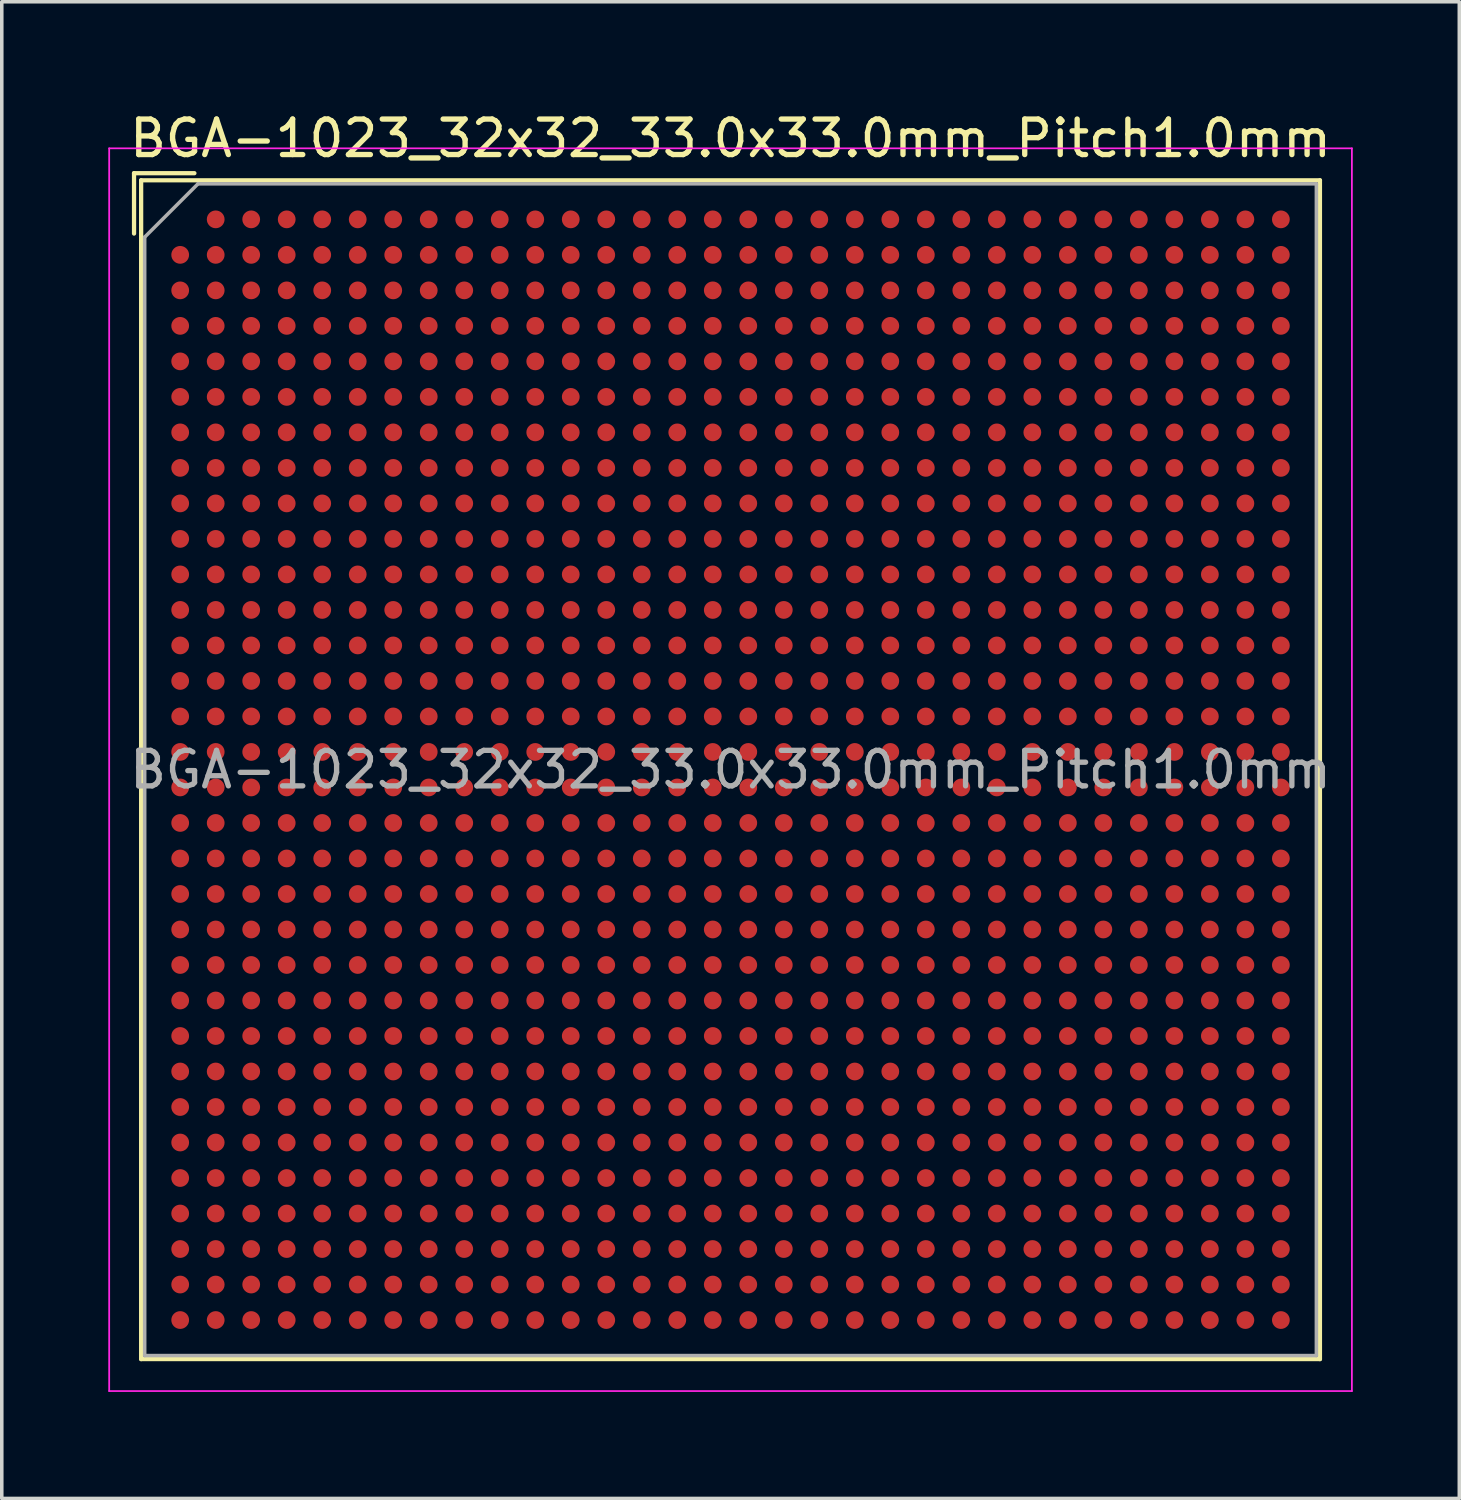
<source format=kicad_pcb>
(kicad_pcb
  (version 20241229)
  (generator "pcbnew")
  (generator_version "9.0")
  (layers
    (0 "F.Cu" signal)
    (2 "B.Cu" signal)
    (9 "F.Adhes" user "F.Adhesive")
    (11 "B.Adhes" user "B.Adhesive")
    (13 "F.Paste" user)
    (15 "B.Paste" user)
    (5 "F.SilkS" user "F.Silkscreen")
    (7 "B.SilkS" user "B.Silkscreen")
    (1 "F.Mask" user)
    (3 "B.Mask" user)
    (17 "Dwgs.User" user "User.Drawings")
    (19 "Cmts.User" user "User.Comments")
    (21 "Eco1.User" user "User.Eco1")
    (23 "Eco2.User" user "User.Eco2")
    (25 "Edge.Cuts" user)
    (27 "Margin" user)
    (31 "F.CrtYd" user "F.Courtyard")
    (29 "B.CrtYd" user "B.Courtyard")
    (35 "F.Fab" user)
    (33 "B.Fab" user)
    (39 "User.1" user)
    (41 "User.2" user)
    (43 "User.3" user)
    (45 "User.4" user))
  (footprint "BGA-1023_32x32_33.0x33.0mm_Pitch1.0mm"
    (layer "F.Cu")
    (at 17.525 18.628)
    (property "Reference" "BGA-1023_32x32_33.0x33.0mm_Pitch1.0mm" (at 0 -17.78 0) (layer "F.SilkS") (effects (font (size 1 1) (thickness 0.15))))
    (attr smd)
    (fp_line (start -16.8 -16.8) (end -15.1 -16.8) (stroke (width 0.12) (type solid)) (layer "F.SilkS"))
    (fp_line (start -16.8 -15.1) (end -16.8 -16.8) (stroke (width 0.12) (type solid)) (layer "F.SilkS"))
    (fp_line (start -16.6 -16.6) (end -16.6 16.6) (stroke (width 0.12) (type solid)) (layer "F.SilkS"))
    (fp_line (start -16.6 16.6) (end 16.6 16.6) (stroke (width 0.12) (type solid)) (layer "F.SilkS"))
    (fp_line (start 16.6 -16.6) (end -16.6 -16.6) (stroke (width 0.12) (type solid)) (layer "F.SilkS"))
    (fp_line (start 16.6 16.6) (end 16.6 -16.6) (stroke (width 0.12) (type solid)) (layer "F.SilkS"))
    (fp_line (start -17.5 -17.5) (end -17.5 17.5) (stroke (width 0.05) (type solid)) (layer "F.CrtYd"))
    (fp_line (start -17.5 -17.5) (end 17.5 -17.5) (stroke (width 0.05) (type solid)) (layer "F.CrtYd"))
    (fp_line (start 17.5 17.5) (end -17.5 17.5) (stroke (width 0.05) (type solid)) (layer "F.CrtYd"))
    (fp_line (start 17.5 17.5) (end 17.5 -17.5) (stroke (width 0.05) (type solid)) (layer "F.CrtYd"))
    (fp_line (start -16.5 -15) (end -15 -16.5) (stroke (width 0.1) (type solid)) (layer "F.Fab"))
    (fp_line (start -16.5 16.5) (end -16.5 -15) (stroke (width 0.1) (type solid)) (layer "F.Fab"))
    (fp_line (start -15 -16.5) (end 16.5 -16.5) (stroke (width 0.1) (type solid)) (layer "F.Fab"))
    (fp_line (start 16.5 -16.5) (end 16.5 16.5) (stroke (width 0.1) (type solid)) (layer "F.Fab"))
    (fp_line (start 16.5 16.5) (end -16.5 16.5) (stroke (width 0.1) (type solid)) (layer "F.Fab"))
    (fp_text user "${REFERENCE}" (at 0 0 0) (layer "F.Fab") (effects (font (size 1 1) (thickness 0.15))))
    (pad "A2" smd circle (at -14.5 -15.5) (size 0.5 0.5) (layers "F.Cu" "F.Mask" "F.Paste"))
    (pad "A3" smd circle (at -13.5 -15.5) (size 0.5 0.5) (layers "F.Cu" "F.Mask" "F.Paste"))
    (pad "A4" smd circle (at -12.5 -15.5) (size 0.5 0.5) (layers "F.Cu" "F.Mask" "F.Paste"))
    (pad "A5" smd circle (at -11.5 -15.5) (size 0.5 0.5) (layers "F.Cu" "F.Mask" "F.Paste"))
    (pad "A6" smd circle (at -10.5 -15.5) (size 0.5 0.5) (layers "F.Cu" "F.Mask" "F.Paste"))
    (pad "A7" smd circle (at -9.5 -15.5) (size 0.5 0.5) (layers "F.Cu" "F.Mask" "F.Paste"))
    (pad "A8" smd circle (at -8.5 -15.5) (size 0.5 0.5) (layers "F.Cu" "F.Mask" "F.Paste"))
    (pad "A9" smd circle (at -7.5 -15.5) (size 0.5 0.5) (layers "F.Cu" "F.Mask" "F.Paste"))
    (pad "A10" smd circle (at -6.5 -15.5) (size 0.5 0.5) (layers "F.Cu" "F.Mask" "F.Paste"))
    (pad "A11" smd circle (at -5.5 -15.5) (size 0.5 0.5) (layers "F.Cu" "F.Mask" "F.Paste"))
    (pad "A12" smd circle (at -4.5 -15.5) (size 0.5 0.5) (layers "F.Cu" "F.Mask" "F.Paste"))
    (pad "A13" smd circle (at -3.5 -15.5) (size 0.5 0.5) (layers "F.Cu" "F.Mask" "F.Paste"))
    (pad "A14" smd circle (at -2.5 -15.5) (size 0.5 0.5) (layers "F.Cu" "F.Mask" "F.Paste"))
    (pad "A15" smd circle (at -1.5 -15.5) (size 0.5 0.5) (layers "F.Cu" "F.Mask" "F.Paste"))
    (pad "A16" smd circle (at -0.5 -15.5) (size 0.5 0.5) (layers "F.Cu" "F.Mask" "F.Paste"))
    (pad "A17" smd circle (at 0.5 -15.5) (size 0.5 0.5) (layers "F.Cu" "F.Mask" "F.Paste"))
    (pad "A18" smd circle (at 1.5 -15.5) (size 0.5 0.5) (layers "F.Cu" "F.Mask" "F.Paste"))
    (pad "A19" smd circle (at 2.5 -15.5) (size 0.5 0.5) (layers "F.Cu" "F.Mask" "F.Paste"))
    (pad "A20" smd circle (at 3.5 -15.5) (size 0.5 0.5) (layers "F.Cu" "F.Mask" "F.Paste"))
    (pad "A21" smd circle (at 4.5 -15.5) (size 0.5 0.5) (layers "F.Cu" "F.Mask" "F.Paste"))
    (pad "A22" smd circle (at 5.5 -15.5) (size 0.5 0.5) (layers "F.Cu" "F.Mask" "F.Paste"))
    (pad "A23" smd circle (at 6.5 -15.5) (size 0.5 0.5) (layers "F.Cu" "F.Mask" "F.Paste"))
    (pad "A24" smd circle (at 7.5 -15.5) (size 0.5 0.5) (layers "F.Cu" "F.Mask" "F.Paste"))
    (pad "A25" smd circle (at 8.5 -15.5) (size 0.5 0.5) (layers "F.Cu" "F.Mask" "F.Paste"))
    (pad "A26" smd circle (at 9.5 -15.5) (size 0.5 0.5) (layers "F.Cu" "F.Mask" "F.Paste"))
    (pad "A27" smd circle (at 10.5 -15.5) (size 0.5 0.5) (layers "F.Cu" "F.Mask" "F.Paste"))
    (pad "A28" smd circle (at 11.5 -15.5) (size 0.5 0.5) (layers "F.Cu" "F.Mask" "F.Paste"))
    (pad "A29" smd circle (at 12.5 -15.5) (size 0.5 0.5) (layers "F.Cu" "F.Mask" "F.Paste"))
    (pad "A30" smd circle (at 13.5 -15.5) (size 0.5 0.5) (layers "F.Cu" "F.Mask" "F.Paste"))
    (pad "A31" smd circle (at 14.5 -15.5) (size 0.5 0.5) (layers "F.Cu" "F.Mask" "F.Paste"))
    (pad "A32" smd circle (at 15.5 -15.5) (size 0.5 0.5) (layers "F.Cu" "F.Mask" "F.Paste"))
    (pad "AA1" smd circle (at -15.5 4.5) (size 0.5 0.5) (layers "F.Cu" "F.Mask" "F.Paste"))
    (pad "AA2" smd circle (at -14.5 4.5) (size 0.5 0.5) (layers "F.Cu" "F.Mask" "F.Paste"))
    (pad "AA3" smd circle (at -13.5 4.5) (size 0.5 0.5) (layers "F.Cu" "F.Mask" "F.Paste"))
    (pad "AA4" smd circle (at -12.5 4.5) (size 0.5 0.5) (layers "F.Cu" "F.Mask" "F.Paste"))
    (pad "AA5" smd circle (at -11.5 4.5) (size 0.5 0.5) (layers "F.Cu" "F.Mask" "F.Paste"))
    (pad "AA6" smd circle (at -10.5 4.5) (size 0.5 0.5) (layers "F.Cu" "F.Mask" "F.Paste"))
    (pad "AA7" smd circle (at -9.5 4.5) (size 0.5 0.5) (layers "F.Cu" "F.Mask" "F.Paste"))
    (pad "AA8" smd circle (at -8.5 4.5) (size 0.5 0.5) (layers "F.Cu" "F.Mask" "F.Paste"))
    (pad "AA9" smd circle (at -7.5 4.5) (size 0.5 0.5) (layers "F.Cu" "F.Mask" "F.Paste"))
    (pad "AA10" smd circle (at -6.5 4.5) (size 0.5 0.5) (layers "F.Cu" "F.Mask" "F.Paste"))
    (pad "AA11" smd circle (at -5.5 4.5) (size 0.5 0.5) (layers "F.Cu" "F.Mask" "F.Paste"))
    (pad "AA12" smd circle (at -4.5 4.5) (size 0.5 0.5) (layers "F.Cu" "F.Mask" "F.Paste"))
    (pad "AA13" smd circle (at -3.5 4.5) (size 0.5 0.5) (layers "F.Cu" "F.Mask" "F.Paste"))
    (pad "AA14" smd circle (at -2.5 4.5) (size 0.5 0.5) (layers "F.Cu" "F.Mask" "F.Paste"))
    (pad "AA15" smd circle (at -1.5 4.5) (size 0.5 0.5) (layers "F.Cu" "F.Mask" "F.Paste"))
    (pad "AA16" smd circle (at -0.5 4.5) (size 0.5 0.5) (layers "F.Cu" "F.Mask" "F.Paste"))
    (pad "AA17" smd circle (at 0.5 4.5) (size 0.5 0.5) (layers "F.Cu" "F.Mask" "F.Paste"))
    (pad "AA18" smd circle (at 1.5 4.5) (size 0.5 0.5) (layers "F.Cu" "F.Mask" "F.Paste"))
    (pad "AA19" smd circle (at 2.5 4.5) (size 0.5 0.5) (layers "F.Cu" "F.Mask" "F.Paste"))
    (pad "AA20" smd circle (at 3.5 4.5) (size 0.5 0.5) (layers "F.Cu" "F.Mask" "F.Paste"))
    (pad "AA21" smd circle (at 4.5 4.5) (size 0.5 0.5) (layers "F.Cu" "F.Mask" "F.Paste"))
    (pad "AA22" smd circle (at 5.5 4.5) (size 0.5 0.5) (layers "F.Cu" "F.Mask" "F.Paste"))
    (pad "AA23" smd circle (at 6.5 4.5) (size 0.5 0.5) (layers "F.Cu" "F.Mask" "F.Paste"))
    (pad "AA24" smd circle (at 7.5 4.5) (size 0.5 0.5) (layers "F.Cu" "F.Mask" "F.Paste"))
    (pad "AA25" smd circle (at 8.5 4.5) (size 0.5 0.5) (layers "F.Cu" "F.Mask" "F.Paste"))
    (pad "AA26" smd circle (at 9.5 4.5) (size 0.5 0.5) (layers "F.Cu" "F.Mask" "F.Paste"))
    (pad "AA27" smd circle (at 10.5 4.5) (size 0.5 0.5) (layers "F.Cu" "F.Mask" "F.Paste"))
    (pad "AA28" smd circle (at 11.5 4.5) (size 0.5 0.5) (layers "F.Cu" "F.Mask" "F.Paste"))
    (pad "AA29" smd circle (at 12.5 4.5) (size 0.5 0.5) (layers "F.Cu" "F.Mask" "F.Paste"))
    (pad "AA30" smd circle (at 13.5 4.5) (size 0.5 0.5) (layers "F.Cu" "F.Mask" "F.Paste"))
    (pad "AA31" smd circle (at 14.5 4.5) (size 0.5 0.5) (layers "F.Cu" "F.Mask" "F.Paste"))
    (pad "AA32" smd circle (at 15.5 4.5) (size 0.5 0.5) (layers "F.Cu" "F.Mask" "F.Paste"))
    (pad "AB1" smd circle (at -15.5 5.5) (size 0.5 0.5) (layers "F.Cu" "F.Mask" "F.Paste"))
    (pad "AB2" smd circle (at -14.5 5.5) (size 0.5 0.5) (layers "F.Cu" "F.Mask" "F.Paste"))
    (pad "AB3" smd circle (at -13.5 5.5) (size 0.5 0.5) (layers "F.Cu" "F.Mask" "F.Paste"))
    (pad "AB4" smd circle (at -12.5 5.5) (size 0.5 0.5) (layers "F.Cu" "F.Mask" "F.Paste"))
    (pad "AB5" smd circle (at -11.5 5.5) (size 0.5 0.5) (layers "F.Cu" "F.Mask" "F.Paste"))
    (pad "AB6" smd circle (at -10.5 5.5) (size 0.5 0.5) (layers "F.Cu" "F.Mask" "F.Paste"))
    (pad "AB7" smd circle (at -9.5 5.5) (size 0.5 0.5) (layers "F.Cu" "F.Mask" "F.Paste"))
    (pad "AB8" smd circle (at -8.5 5.5) (size 0.5 0.5) (layers "F.Cu" "F.Mask" "F.Paste"))
    (pad "AB9" smd circle (at -7.5 5.5) (size 0.5 0.5) (layers "F.Cu" "F.Mask" "F.Paste"))
    (pad "AB10" smd circle (at -6.5 5.5) (size 0.5 0.5) (layers "F.Cu" "F.Mask" "F.Paste"))
    (pad "AB11" smd circle (at -5.5 5.5) (size 0.5 0.5) (layers "F.Cu" "F.Mask" "F.Paste"))
    (pad "AB12" smd circle (at -4.5 5.5) (size 0.5 0.5) (layers "F.Cu" "F.Mask" "F.Paste"))
    (pad "AB13" smd circle (at -3.5 5.5) (size 0.5 0.5) (layers "F.Cu" "F.Mask" "F.Paste"))
    (pad "AB14" smd circle (at -2.5 5.5) (size 0.5 0.5) (layers "F.Cu" "F.Mask" "F.Paste"))
    (pad "AB15" smd circle (at -1.5 5.5) (size 0.5 0.5) (layers "F.Cu" "F.Mask" "F.Paste"))
    (pad "AB16" smd circle (at -0.5 5.5) (size 0.5 0.5) (layers "F.Cu" "F.Mask" "F.Paste"))
    (pad "AB17" smd circle (at 0.5 5.5) (size 0.5 0.5) (layers "F.Cu" "F.Mask" "F.Paste"))
    (pad "AB18" smd circle (at 1.5 5.5) (size 0.5 0.5) (layers "F.Cu" "F.Mask" "F.Paste"))
    (pad "AB19" smd circle (at 2.5 5.5) (size 0.5 0.5) (layers "F.Cu" "F.Mask" "F.Paste"))
    (pad "AB20" smd circle (at 3.5 5.5) (size 0.5 0.5) (layers "F.Cu" "F.Mask" "F.Paste"))
    (pad "AB21" smd circle (at 4.5 5.5) (size 0.5 0.5) (layers "F.Cu" "F.Mask" "F.Paste"))
    (pad "AB22" smd circle (at 5.5 5.5) (size 0.5 0.5) (layers "F.Cu" "F.Mask" "F.Paste"))
    (pad "AB23" smd circle (at 6.5 5.5) (size 0.5 0.5) (layers "F.Cu" "F.Mask" "F.Paste"))
    (pad "AB24" smd circle (at 7.5 5.5) (size 0.5 0.5) (layers "F.Cu" "F.Mask" "F.Paste"))
    (pad "AB25" smd circle (at 8.5 5.5) (size 0.5 0.5) (layers "F.Cu" "F.Mask" "F.Paste"))
    (pad "AB26" smd circle (at 9.5 5.5) (size 0.5 0.5) (layers "F.Cu" "F.Mask" "F.Paste"))
    (pad "AB27" smd circle (at 10.5 5.5) (size 0.5 0.5) (layers "F.Cu" "F.Mask" "F.Paste"))
    (pad "AB28" smd circle (at 11.5 5.5) (size 0.5 0.5) (layers "F.Cu" "F.Mask" "F.Paste"))
    (pad "AB29" smd circle (at 12.5 5.5) (size 0.5 0.5) (layers "F.Cu" "F.Mask" "F.Paste"))
    (pad "AB30" smd circle (at 13.5 5.5) (size 0.5 0.5) (layers "F.Cu" "F.Mask" "F.Paste"))
    (pad "AB31" smd circle (at 14.5 5.5) (size 0.5 0.5) (layers "F.Cu" "F.Mask" "F.Paste"))
    (pad "AB32" smd circle (at 15.5 5.5) (size 0.5 0.5) (layers "F.Cu" "F.Mask" "F.Paste"))
    (pad "AC1" smd circle (at -15.5 6.5) (size 0.5 0.5) (layers "F.Cu" "F.Mask" "F.Paste"))
    (pad "AC2" smd circle (at -14.5 6.5) (size 0.5 0.5) (layers "F.Cu" "F.Mask" "F.Paste"))
    (pad "AC3" smd circle (at -13.5 6.5) (size 0.5 0.5) (layers "F.Cu" "F.Mask" "F.Paste"))
    (pad "AC4" smd circle (at -12.5 6.5) (size 0.5 0.5) (layers "F.Cu" "F.Mask" "F.Paste"))
    (pad "AC5" smd circle (at -11.5 6.5) (size 0.5 0.5) (layers "F.Cu" "F.Mask" "F.Paste"))
    (pad "AC6" smd circle (at -10.5 6.5) (size 0.5 0.5) (layers "F.Cu" "F.Mask" "F.Paste"))
    (pad "AC7" smd circle (at -9.5 6.5) (size 0.5 0.5) (layers "F.Cu" "F.Mask" "F.Paste"))
    (pad "AC8" smd circle (at -8.5 6.5) (size 0.5 0.5) (layers "F.Cu" "F.Mask" "F.Paste"))
    (pad "AC9" smd circle (at -7.5 6.5) (size 0.5 0.5) (layers "F.Cu" "F.Mask" "F.Paste"))
    (pad "AC10" smd circle (at -6.5 6.5) (size 0.5 0.5) (layers "F.Cu" "F.Mask" "F.Paste"))
    (pad "AC11" smd circle (at -5.5 6.5) (size 0.5 0.5) (layers "F.Cu" "F.Mask" "F.Paste"))
    (pad "AC12" smd circle (at -4.5 6.5) (size 0.5 0.5) (layers "F.Cu" "F.Mask" "F.Paste"))
    (pad "AC13" smd circle (at -3.5 6.5) (size 0.5 0.5) (layers "F.Cu" "F.Mask" "F.Paste"))
    (pad "AC14" smd circle (at -2.5 6.5) (size 0.5 0.5) (layers "F.Cu" "F.Mask" "F.Paste"))
    (pad "AC15" smd circle (at -1.5 6.5) (size 0.5 0.5) (layers "F.Cu" "F.Mask" "F.Paste"))
    (pad "AC16" smd circle (at -0.5 6.5) (size 0.5 0.5) (layers "F.Cu" "F.Mask" "F.Paste"))
    (pad "AC17" smd circle (at 0.5 6.5) (size 0.5 0.5) (layers "F.Cu" "F.Mask" "F.Paste"))
    (pad "AC18" smd circle (at 1.5 6.5) (size 0.5 0.5) (layers "F.Cu" "F.Mask" "F.Paste"))
    (pad "AC19" smd circle (at 2.5 6.5) (size 0.5 0.5) (layers "F.Cu" "F.Mask" "F.Paste"))
    (pad "AC20" smd circle (at 3.5 6.5) (size 0.5 0.5) (layers "F.Cu" "F.Mask" "F.Paste"))
    (pad "AC21" smd circle (at 4.5 6.5) (size 0.5 0.5) (layers "F.Cu" "F.Mask" "F.Paste"))
    (pad "AC22" smd circle (at 5.5 6.5) (size 0.5 0.5) (layers "F.Cu" "F.Mask" "F.Paste"))
    (pad "AC23" smd circle (at 6.5 6.5) (size 0.5 0.5) (layers "F.Cu" "F.Mask" "F.Paste"))
    (pad "AC24" smd circle (at 7.5 6.5) (size 0.5 0.5) (layers "F.Cu" "F.Mask" "F.Paste"))
    (pad "AC25" smd circle (at 8.5 6.5) (size 0.5 0.5) (layers "F.Cu" "F.Mask" "F.Paste"))
    (pad "AC26" smd circle (at 9.5 6.5) (size 0.5 0.5) (layers "F.Cu" "F.Mask" "F.Paste"))
    (pad "AC27" smd circle (at 10.5 6.5) (size 0.5 0.5) (layers "F.Cu" "F.Mask" "F.Paste"))
    (pad "AC28" smd circle (at 11.5 6.5) (size 0.5 0.5) (layers "F.Cu" "F.Mask" "F.Paste"))
    (pad "AC29" smd circle (at 12.5 6.5) (size 0.5 0.5) (layers "F.Cu" "F.Mask" "F.Paste"))
    (pad "AC30" smd circle (at 13.5 6.5) (size 0.5 0.5) (layers "F.Cu" "F.Mask" "F.Paste"))
    (pad "AC31" smd circle (at 14.5 6.5) (size 0.5 0.5) (layers "F.Cu" "F.Mask" "F.Paste"))
    (pad "AC32" smd circle (at 15.5 6.5) (size 0.5 0.5) (layers "F.Cu" "F.Mask" "F.Paste"))
    (pad "AD1" smd circle (at -15.5 7.5) (size 0.5 0.5) (layers "F.Cu" "F.Mask" "F.Paste"))
    (pad "AD2" smd circle (at -14.5 7.5) (size 0.5 0.5) (layers "F.Cu" "F.Mask" "F.Paste"))
    (pad "AD3" smd circle (at -13.5 7.5) (size 0.5 0.5) (layers "F.Cu" "F.Mask" "F.Paste"))
    (pad "AD4" smd circle (at -12.5 7.5) (size 0.5 0.5) (layers "F.Cu" "F.Mask" "F.Paste"))
    (pad "AD5" smd circle (at -11.5 7.5) (size 0.5 0.5) (layers "F.Cu" "F.Mask" "F.Paste"))
    (pad "AD6" smd circle (at -10.5 7.5) (size 0.5 0.5) (layers "F.Cu" "F.Mask" "F.Paste"))
    (pad "AD7" smd circle (at -9.5 7.5) (size 0.5 0.5) (layers "F.Cu" "F.Mask" "F.Paste"))
    (pad "AD8" smd circle (at -8.5 7.5) (size 0.5 0.5) (layers "F.Cu" "F.Mask" "F.Paste"))
    (pad "AD9" smd circle (at -7.5 7.5) (size 0.5 0.5) (layers "F.Cu" "F.Mask" "F.Paste"))
    (pad "AD10" smd circle (at -6.5 7.5) (size 0.5 0.5) (layers "F.Cu" "F.Mask" "F.Paste"))
    (pad "AD11" smd circle (at -5.5 7.5) (size 0.5 0.5) (layers "F.Cu" "F.Mask" "F.Paste"))
    (pad "AD12" smd circle (at -4.5 7.5) (size 0.5 0.5) (layers "F.Cu" "F.Mask" "F.Paste"))
    (pad "AD13" smd circle (at -3.5 7.5) (size 0.5 0.5) (layers "F.Cu" "F.Mask" "F.Paste"))
    (pad "AD14" smd circle (at -2.5 7.5) (size 0.5 0.5) (layers "F.Cu" "F.Mask" "F.Paste"))
    (pad "AD15" smd circle (at -1.5 7.5) (size 0.5 0.5) (layers "F.Cu" "F.Mask" "F.Paste"))
    (pad "AD16" smd circle (at -0.5 7.5) (size 0.5 0.5) (layers "F.Cu" "F.Mask" "F.Paste"))
    (pad "AD17" smd circle (at 0.5 7.5) (size 0.5 0.5) (layers "F.Cu" "F.Mask" "F.Paste"))
    (pad "AD18" smd circle (at 1.5 7.5) (size 0.5 0.5) (layers "F.Cu" "F.Mask" "F.Paste"))
    (pad "AD19" smd circle (at 2.5 7.5) (size 0.5 0.5) (layers "F.Cu" "F.Mask" "F.Paste"))
    (pad "AD20" smd circle (at 3.5 7.5) (size 0.5 0.5) (layers "F.Cu" "F.Mask" "F.Paste"))
    (pad "AD21" smd circle (at 4.5 7.5) (size 0.5 0.5) (layers "F.Cu" "F.Mask" "F.Paste"))
    (pad "AD22" smd circle (at 5.5 7.5) (size 0.5 0.5) (layers "F.Cu" "F.Mask" "F.Paste"))
    (pad "AD23" smd circle (at 6.5 7.5) (size 0.5 0.5) (layers "F.Cu" "F.Mask" "F.Paste"))
    (pad "AD24" smd circle (at 7.5 7.5) (size 0.5 0.5) (layers "F.Cu" "F.Mask" "F.Paste"))
    (pad "AD25" smd circle (at 8.5 7.5) (size 0.5 0.5) (layers "F.Cu" "F.Mask" "F.Paste"))
    (pad "AD26" smd circle (at 9.5 7.5) (size 0.5 0.5) (layers "F.Cu" "F.Mask" "F.Paste"))
    (pad "AD27" smd circle (at 10.5 7.5) (size 0.5 0.5) (layers "F.Cu" "F.Mask" "F.Paste"))
    (pad "AD28" smd circle (at 11.5 7.5) (size 0.5 0.5) (layers "F.Cu" "F.Mask" "F.Paste"))
    (pad "AD29" smd circle (at 12.5 7.5) (size 0.5 0.5) (layers "F.Cu" "F.Mask" "F.Paste"))
    (pad "AD30" smd circle (at 13.5 7.5) (size 0.5 0.5) (layers "F.Cu" "F.Mask" "F.Paste"))
    (pad "AD31" smd circle (at 14.5 7.5) (size 0.5 0.5) (layers "F.Cu" "F.Mask" "F.Paste"))
    (pad "AD32" smd circle (at 15.5 7.5) (size 0.5 0.5) (layers "F.Cu" "F.Mask" "F.Paste"))
    (pad "AE1" smd circle (at -15.5 8.5) (size 0.5 0.5) (layers "F.Cu" "F.Mask" "F.Paste"))
    (pad "AE2" smd circle (at -14.5 8.5) (size 0.5 0.5) (layers "F.Cu" "F.Mask" "F.Paste"))
    (pad "AE3" smd circle (at -13.5 8.5) (size 0.5 0.5) (layers "F.Cu" "F.Mask" "F.Paste"))
    (pad "AE4" smd circle (at -12.5 8.5) (size 0.5 0.5) (layers "F.Cu" "F.Mask" "F.Paste"))
    (pad "AE5" smd circle (at -11.5 8.5) (size 0.5 0.5) (layers "F.Cu" "F.Mask" "F.Paste"))
    (pad "AE6" smd circle (at -10.5 8.5) (size 0.5 0.5) (layers "F.Cu" "F.Mask" "F.Paste"))
    (pad "AE7" smd circle (at -9.5 8.5) (size 0.5 0.5) (layers "F.Cu" "F.Mask" "F.Paste"))
    (pad "AE8" smd circle (at -8.5 8.5) (size 0.5 0.5) (layers "F.Cu" "F.Mask" "F.Paste"))
    (pad "AE9" smd circle (at -7.5 8.5) (size 0.5 0.5) (layers "F.Cu" "F.Mask" "F.Paste"))
    (pad "AE10" smd circle (at -6.5 8.5) (size 0.5 0.5) (layers "F.Cu" "F.Mask" "F.Paste"))
    (pad "AE11" smd circle (at -5.5 8.5) (size 0.5 0.5) (layers "F.Cu" "F.Mask" "F.Paste"))
    (pad "AE12" smd circle (at -4.5 8.5) (size 0.5 0.5) (layers "F.Cu" "F.Mask" "F.Paste"))
    (pad "AE13" smd circle (at -3.5 8.5) (size 0.5 0.5) (layers "F.Cu" "F.Mask" "F.Paste"))
    (pad "AE14" smd circle (at -2.5 8.5) (size 0.5 0.5) (layers "F.Cu" "F.Mask" "F.Paste"))
    (pad "AE15" smd circle (at -1.5 8.5) (size 0.5 0.5) (layers "F.Cu" "F.Mask" "F.Paste"))
    (pad "AE16" smd circle (at -0.5 8.5) (size 0.5 0.5) (layers "F.Cu" "F.Mask" "F.Paste"))
    (pad "AE17" smd circle (at 0.5 8.5) (size 0.5 0.5) (layers "F.Cu" "F.Mask" "F.Paste"))
    (pad "AE18" smd circle (at 1.5 8.5) (size 0.5 0.5) (layers "F.Cu" "F.Mask" "F.Paste"))
    (pad "AE19" smd circle (at 2.5 8.5) (size 0.5 0.5) (layers "F.Cu" "F.Mask" "F.Paste"))
    (pad "AE20" smd circle (at 3.5 8.5) (size 0.5 0.5) (layers "F.Cu" "F.Mask" "F.Paste"))
    (pad "AE21" smd circle (at 4.5 8.5) (size 0.5 0.5) (layers "F.Cu" "F.Mask" "F.Paste"))
    (pad "AE22" smd circle (at 5.5 8.5) (size 0.5 0.5) (layers "F.Cu" "F.Mask" "F.Paste"))
    (pad "AE23" smd circle (at 6.5 8.5) (size 0.5 0.5) (layers "F.Cu" "F.Mask" "F.Paste"))
    (pad "AE24" smd circle (at 7.5 8.5) (size 0.5 0.5) (layers "F.Cu" "F.Mask" "F.Paste"))
    (pad "AE25" smd circle (at 8.5 8.5) (size 0.5 0.5) (layers "F.Cu" "F.Mask" "F.Paste"))
    (pad "AE26" smd circle (at 9.5 8.5) (size 0.5 0.5) (layers "F.Cu" "F.Mask" "F.Paste"))
    (pad "AE27" smd circle (at 10.5 8.5) (size 0.5 0.5) (layers "F.Cu" "F.Mask" "F.Paste"))
    (pad "AE28" smd circle (at 11.5 8.5) (size 0.5 0.5) (layers "F.Cu" "F.Mask" "F.Paste"))
    (pad "AE29" smd circle (at 12.5 8.5) (size 0.5 0.5) (layers "F.Cu" "F.Mask" "F.Paste"))
    (pad "AE30" smd circle (at 13.5 8.5) (size 0.5 0.5) (layers "F.Cu" "F.Mask" "F.Paste"))
    (pad "AE31" smd circle (at 14.5 8.5) (size 0.5 0.5) (layers "F.Cu" "F.Mask" "F.Paste"))
    (pad "AE32" smd circle (at 15.5 8.5) (size 0.5 0.5) (layers "F.Cu" "F.Mask" "F.Paste"))
    (pad "AF1" smd circle (at -15.5 9.5) (size 0.5 0.5) (layers "F.Cu" "F.Mask" "F.Paste"))
    (pad "AF2" smd circle (at -14.5 9.5) (size 0.5 0.5) (layers "F.Cu" "F.Mask" "F.Paste"))
    (pad "AF3" smd circle (at -13.5 9.5) (size 0.5 0.5) (layers "F.Cu" "F.Mask" "F.Paste"))
    (pad "AF4" smd circle (at -12.5 9.5) (size 0.5 0.5) (layers "F.Cu" "F.Mask" "F.Paste"))
    (pad "AF5" smd circle (at -11.5 9.5) (size 0.5 0.5) (layers "F.Cu" "F.Mask" "F.Paste"))
    (pad "AF6" smd circle (at -10.5 9.5) (size 0.5 0.5) (layers "F.Cu" "F.Mask" "F.Paste"))
    (pad "AF7" smd circle (at -9.5 9.5) (size 0.5 0.5) (layers "F.Cu" "F.Mask" "F.Paste"))
    (pad "AF8" smd circle (at -8.5 9.5) (size 0.5 0.5) (layers "F.Cu" "F.Mask" "F.Paste"))
    (pad "AF9" smd circle (at -7.5 9.5) (size 0.5 0.5) (layers "F.Cu" "F.Mask" "F.Paste"))
    (pad "AF10" smd circle (at -6.5 9.5) (size 0.5 0.5) (layers "F.Cu" "F.Mask" "F.Paste"))
    (pad "AF11" smd circle (at -5.5 9.5) (size 0.5 0.5) (layers "F.Cu" "F.Mask" "F.Paste"))
    (pad "AF12" smd circle (at -4.5 9.5) (size 0.5 0.5) (layers "F.Cu" "F.Mask" "F.Paste"))
    (pad "AF13" smd circle (at -3.5 9.5) (size 0.5 0.5) (layers "F.Cu" "F.Mask" "F.Paste"))
    (pad "AF14" smd circle (at -2.5 9.5) (size 0.5 0.5) (layers "F.Cu" "F.Mask" "F.Paste"))
    (pad "AF15" smd circle (at -1.5 9.5) (size 0.5 0.5) (layers "F.Cu" "F.Mask" "F.Paste"))
    (pad "AF16" smd circle (at -0.5 9.5) (size 0.5 0.5) (layers "F.Cu" "F.Mask" "F.Paste"))
    (pad "AF17" smd circle (at 0.5 9.5) (size 0.5 0.5) (layers "F.Cu" "F.Mask" "F.Paste"))
    (pad "AF18" smd circle (at 1.5 9.5) (size 0.5 0.5) (layers "F.Cu" "F.Mask" "F.Paste"))
    (pad "AF19" smd circle (at 2.5 9.5) (size 0.5 0.5) (layers "F.Cu" "F.Mask" "F.Paste"))
    (pad "AF20" smd circle (at 3.5 9.5) (size 0.5 0.5) (layers "F.Cu" "F.Mask" "F.Paste"))
    (pad "AF21" smd circle (at 4.5 9.5) (size 0.5 0.5) (layers "F.Cu" "F.Mask" "F.Paste"))
    (pad "AF22" smd circle (at 5.5 9.5) (size 0.5 0.5) (layers "F.Cu" "F.Mask" "F.Paste"))
    (pad "AF23" smd circle (at 6.5 9.5) (size 0.5 0.5) (layers "F.Cu" "F.Mask" "F.Paste"))
    (pad "AF24" smd circle (at 7.5 9.5) (size 0.5 0.5) (layers "F.Cu" "F.Mask" "F.Paste"))
    (pad "AF25" smd circle (at 8.5 9.5) (size 0.5 0.5) (layers "F.Cu" "F.Mask" "F.Paste"))
    (pad "AF26" smd circle (at 9.5 9.5) (size 0.5 0.5) (layers "F.Cu" "F.Mask" "F.Paste"))
    (pad "AF27" smd circle (at 10.5 9.5) (size 0.5 0.5) (layers "F.Cu" "F.Mask" "F.Paste"))
    (pad "AF28" smd circle (at 11.5 9.5) (size 0.5 0.5) (layers "F.Cu" "F.Mask" "F.Paste"))
    (pad "AF29" smd circle (at 12.5 9.5) (size 0.5 0.5) (layers "F.Cu" "F.Mask" "F.Paste"))
    (pad "AF30" smd circle (at 13.5 9.5) (size 0.5 0.5) (layers "F.Cu" "F.Mask" "F.Paste"))
    (pad "AF31" smd circle (at 14.5 9.5) (size 0.5 0.5) (layers "F.Cu" "F.Mask" "F.Paste"))
    (pad "AF32" smd circle (at 15.5 9.5) (size 0.5 0.5) (layers "F.Cu" "F.Mask" "F.Paste"))
    (pad "AG1" smd circle (at -15.5 10.5) (size 0.5 0.5) (layers "F.Cu" "F.Mask" "F.Paste"))
    (pad "AG2" smd circle (at -14.5 10.5) (size 0.5 0.5) (layers "F.Cu" "F.Mask" "F.Paste"))
    (pad "AG3" smd circle (at -13.5 10.5) (size 0.5 0.5) (layers "F.Cu" "F.Mask" "F.Paste"))
    (pad "AG4" smd circle (at -12.5 10.5) (size 0.5 0.5) (layers "F.Cu" "F.Mask" "F.Paste"))
    (pad "AG5" smd circle (at -11.5 10.5) (size 0.5 0.5) (layers "F.Cu" "F.Mask" "F.Paste"))
    (pad "AG6" smd circle (at -10.5 10.5) (size 0.5 0.5) (layers "F.Cu" "F.Mask" "F.Paste"))
    (pad "AG7" smd circle (at -9.5 10.5) (size 0.5 0.5) (layers "F.Cu" "F.Mask" "F.Paste"))
    (pad "AG8" smd circle (at -8.5 10.5) (size 0.5 0.5) (layers "F.Cu" "F.Mask" "F.Paste"))
    (pad "AG9" smd circle (at -7.5 10.5) (size 0.5 0.5) (layers "F.Cu" "F.Mask" "F.Paste"))
    (pad "AG10" smd circle (at -6.5 10.5) (size 0.5 0.5) (layers "F.Cu" "F.Mask" "F.Paste"))
    (pad "AG11" smd circle (at -5.5 10.5) (size 0.5 0.5) (layers "F.Cu" "F.Mask" "F.Paste"))
    (pad "AG12" smd circle (at -4.5 10.5) (size 0.5 0.5) (layers "F.Cu" "F.Mask" "F.Paste"))
    (pad "AG13" smd circle (at -3.5 10.5) (size 0.5 0.5) (layers "F.Cu" "F.Mask" "F.Paste"))
    (pad "AG14" smd circle (at -2.5 10.5) (size 0.5 0.5) (layers "F.Cu" "F.Mask" "F.Paste"))
    (pad "AG15" smd circle (at -1.5 10.5) (size 0.5 0.5) (layers "F.Cu" "F.Mask" "F.Paste"))
    (pad "AG16" smd circle (at -0.5 10.5) (size 0.5 0.5) (layers "F.Cu" "F.Mask" "F.Paste"))
    (pad "AG17" smd circle (at 0.5 10.5) (size 0.5 0.5) (layers "F.Cu" "F.Mask" "F.Paste"))
    (pad "AG18" smd circle (at 1.5 10.5) (size 0.5 0.5) (layers "F.Cu" "F.Mask" "F.Paste"))
    (pad "AG19" smd circle (at 2.5 10.5) (size 0.5 0.5) (layers "F.Cu" "F.Mask" "F.Paste"))
    (pad "AG20" smd circle (at 3.5 10.5) (size 0.5 0.5) (layers "F.Cu" "F.Mask" "F.Paste"))
    (pad "AG21" smd circle (at 4.5 10.5) (size 0.5 0.5) (layers "F.Cu" "F.Mask" "F.Paste"))
    (pad "AG22" smd circle (at 5.5 10.5) (size 0.5 0.5) (layers "F.Cu" "F.Mask" "F.Paste"))
    (pad "AG23" smd circle (at 6.5 10.5) (size 0.5 0.5) (layers "F.Cu" "F.Mask" "F.Paste"))
    (pad "AG24" smd circle (at 7.5 10.5) (size 0.5 0.5) (layers "F.Cu" "F.Mask" "F.Paste"))
    (pad "AG25" smd circle (at 8.5 10.5) (size 0.5 0.5) (layers "F.Cu" "F.Mask" "F.Paste"))
    (pad "AG26" smd circle (at 9.5 10.5) (size 0.5 0.5) (layers "F.Cu" "F.Mask" "F.Paste"))
    (pad "AG27" smd circle (at 10.5 10.5) (size 0.5 0.5) (layers "F.Cu" "F.Mask" "F.Paste"))
    (pad "AG28" smd circle (at 11.5 10.5) (size 0.5 0.5) (layers "F.Cu" "F.Mask" "F.Paste"))
    (pad "AG29" smd circle (at 12.5 10.5) (size 0.5 0.5) (layers "F.Cu" "F.Mask" "F.Paste"))
    (pad "AG30" smd circle (at 13.5 10.5) (size 0.5 0.5) (layers "F.Cu" "F.Mask" "F.Paste"))
    (pad "AG31" smd circle (at 14.5 10.5) (size 0.5 0.5) (layers "F.Cu" "F.Mask" "F.Paste"))
    (pad "AG32" smd circle (at 15.5 10.5) (size 0.5 0.5) (layers "F.Cu" "F.Mask" "F.Paste"))
    (pad "AH1" smd circle (at -15.5 11.5) (size 0.5 0.5) (layers "F.Cu" "F.Mask" "F.Paste"))
    (pad "AH2" smd circle (at -14.5 11.5) (size 0.5 0.5) (layers "F.Cu" "F.Mask" "F.Paste"))
    (pad "AH3" smd circle (at -13.5 11.5) (size 0.5 0.5) (layers "F.Cu" "F.Mask" "F.Paste"))
    (pad "AH4" smd circle (at -12.5 11.5) (size 0.5 0.5) (layers "F.Cu" "F.Mask" "F.Paste"))
    (pad "AH5" smd circle (at -11.5 11.5) (size 0.5 0.5) (layers "F.Cu" "F.Mask" "F.Paste"))
    (pad "AH6" smd circle (at -10.5 11.5) (size 0.5 0.5) (layers "F.Cu" "F.Mask" "F.Paste"))
    (pad "AH7" smd circle (at -9.5 11.5) (size 0.5 0.5) (layers "F.Cu" "F.Mask" "F.Paste"))
    (pad "AH8" smd circle (at -8.5 11.5) (size 0.5 0.5) (layers "F.Cu" "F.Mask" "F.Paste"))
    (pad "AH9" smd circle (at -7.5 11.5) (size 0.5 0.5) (layers "F.Cu" "F.Mask" "F.Paste"))
    (pad "AH10" smd circle (at -6.5 11.5) (size 0.5 0.5) (layers "F.Cu" "F.Mask" "F.Paste"))
    (pad "AH11" smd circle (at -5.5 11.5) (size 0.5 0.5) (layers "F.Cu" "F.Mask" "F.Paste"))
    (pad "AH12" smd circle (at -4.5 11.5) (size 0.5 0.5) (layers "F.Cu" "F.Mask" "F.Paste"))
    (pad "AH13" smd circle (at -3.5 11.5) (size 0.5 0.5) (layers "F.Cu" "F.Mask" "F.Paste"))
    (pad "AH14" smd circle (at -2.5 11.5) (size 0.5 0.5) (layers "F.Cu" "F.Mask" "F.Paste"))
    (pad "AH15" smd circle (at -1.5 11.5) (size 0.5 0.5) (layers "F.Cu" "F.Mask" "F.Paste"))
    (pad "AH16" smd circle (at -0.5 11.5) (size 0.5 0.5) (layers "F.Cu" "F.Mask" "F.Paste"))
    (pad "AH17" smd circle (at 0.5 11.5) (size 0.5 0.5) (layers "F.Cu" "F.Mask" "F.Paste"))
    (pad "AH18" smd circle (at 1.5 11.5) (size 0.5 0.5) (layers "F.Cu" "F.Mask" "F.Paste"))
    (pad "AH19" smd circle (at 2.5 11.5) (size 0.5 0.5) (layers "F.Cu" "F.Mask" "F.Paste"))
    (pad "AH20" smd circle (at 3.5 11.5) (size 0.5 0.5) (layers "F.Cu" "F.Mask" "F.Paste"))
    (pad "AH21" smd circle (at 4.5 11.5) (size 0.5 0.5) (layers "F.Cu" "F.Mask" "F.Paste"))
    (pad "AH22" smd circle (at 5.5 11.5) (size 0.5 0.5) (layers "F.Cu" "F.Mask" "F.Paste"))
    (pad "AH23" smd circle (at 6.5 11.5) (size 0.5 0.5) (layers "F.Cu" "F.Mask" "F.Paste"))
    (pad "AH24" smd circle (at 7.5 11.5) (size 0.5 0.5) (layers "F.Cu" "F.Mask" "F.Paste"))
    (pad "AH25" smd circle (at 8.5 11.5) (size 0.5 0.5) (layers "F.Cu" "F.Mask" "F.Paste"))
    (pad "AH26" smd circle (at 9.5 11.5) (size 0.5 0.5) (layers "F.Cu" "F.Mask" "F.Paste"))
    (pad "AH27" smd circle (at 10.5 11.5) (size 0.5 0.5) (layers "F.Cu" "F.Mask" "F.Paste"))
    (pad "AH28" smd circle (at 11.5 11.5) (size 0.5 0.5) (layers "F.Cu" "F.Mask" "F.Paste"))
    (pad "AH29" smd circle (at 12.5 11.5) (size 0.5 0.5) (layers "F.Cu" "F.Mask" "F.Paste"))
    (pad "AH30" smd circle (at 13.5 11.5) (size 0.5 0.5) (layers "F.Cu" "F.Mask" "F.Paste"))
    (pad "AH31" smd circle (at 14.5 11.5) (size 0.5 0.5) (layers "F.Cu" "F.Mask" "F.Paste"))
    (pad "AH32" smd circle (at 15.5 11.5) (size 0.5 0.5) (layers "F.Cu" "F.Mask" "F.Paste"))
    (pad "AJ1" smd circle (at -15.5 12.5) (size 0.5 0.5) (layers "F.Cu" "F.Mask" "F.Paste"))
    (pad "AJ2" smd circle (at -14.5 12.5) (size 0.5 0.5) (layers "F.Cu" "F.Mask" "F.Paste"))
    (pad "AJ3" smd circle (at -13.5 12.5) (size 0.5 0.5) (layers "F.Cu" "F.Mask" "F.Paste"))
    (pad "AJ4" smd circle (at -12.5 12.5) (size 0.5 0.5) (layers "F.Cu" "F.Mask" "F.Paste"))
    (pad "AJ5" smd circle (at -11.5 12.5) (size 0.5 0.5) (layers "F.Cu" "F.Mask" "F.Paste"))
    (pad "AJ6" smd circle (at -10.5 12.5) (size 0.5 0.5) (layers "F.Cu" "F.Mask" "F.Paste"))
    (pad "AJ7" smd circle (at -9.5 12.5) (size 0.5 0.5) (layers "F.Cu" "F.Mask" "F.Paste"))
    (pad "AJ8" smd circle (at -8.5 12.5) (size 0.5 0.5) (layers "F.Cu" "F.Mask" "F.Paste"))
    (pad "AJ9" smd circle (at -7.5 12.5) (size 0.5 0.5) (layers "F.Cu" "F.Mask" "F.Paste"))
    (pad "AJ10" smd circle (at -6.5 12.5) (size 0.5 0.5) (layers "F.Cu" "F.Mask" "F.Paste"))
    (pad "AJ11" smd circle (at -5.5 12.5) (size 0.5 0.5) (layers "F.Cu" "F.Mask" "F.Paste"))
    (pad "AJ12" smd circle (at -4.5 12.5) (size 0.5 0.5) (layers "F.Cu" "F.Mask" "F.Paste"))
    (pad "AJ13" smd circle (at -3.5 12.5) (size 0.5 0.5) (layers "F.Cu" "F.Mask" "F.Paste"))
    (pad "AJ14" smd circle (at -2.5 12.5) (size 0.5 0.5) (layers "F.Cu" "F.Mask" "F.Paste"))
    (pad "AJ15" smd circle (at -1.5 12.5) (size 0.5 0.5) (layers "F.Cu" "F.Mask" "F.Paste"))
    (pad "AJ16" smd circle (at -0.5 12.5) (size 0.5 0.5) (layers "F.Cu" "F.Mask" "F.Paste"))
    (pad "AJ17" smd circle (at 0.5 12.5) (size 0.5 0.5) (layers "F.Cu" "F.Mask" "F.Paste"))
    (pad "AJ18" smd circle (at 1.5 12.5) (size 0.5 0.5) (layers "F.Cu" "F.Mask" "F.Paste"))
    (pad "AJ19" smd circle (at 2.5 12.5) (size 0.5 0.5) (layers "F.Cu" "F.Mask" "F.Paste"))
    (pad "AJ20" smd circle (at 3.5 12.5) (size 0.5 0.5) (layers "F.Cu" "F.Mask" "F.Paste"))
    (pad "AJ21" smd circle (at 4.5 12.5) (size 0.5 0.5) (layers "F.Cu" "F.Mask" "F.Paste"))
    (pad "AJ22" smd circle (at 5.5 12.5) (size 0.5 0.5) (layers "F.Cu" "F.Mask" "F.Paste"))
    (pad "AJ23" smd circle (at 6.5 12.5) (size 0.5 0.5) (layers "F.Cu" "F.Mask" "F.Paste"))
    (pad "AJ24" smd circle (at 7.5 12.5) (size 0.5 0.5) (layers "F.Cu" "F.Mask" "F.Paste"))
    (pad "AJ25" smd circle (at 8.5 12.5) (size 0.5 0.5) (layers "F.Cu" "F.Mask" "F.Paste"))
    (pad "AJ26" smd circle (at 9.5 12.5) (size 0.5 0.5) (layers "F.Cu" "F.Mask" "F.Paste"))
    (pad "AJ27" smd circle (at 10.5 12.5) (size 0.5 0.5) (layers "F.Cu" "F.Mask" "F.Paste"))
    (pad "AJ28" smd circle (at 11.5 12.5) (size 0.5 0.5) (layers "F.Cu" "F.Mask" "F.Paste"))
    (pad "AJ29" smd circle (at 12.5 12.5) (size 0.5 0.5) (layers "F.Cu" "F.Mask" "F.Paste"))
    (pad "AJ30" smd circle (at 13.5 12.5) (size 0.5 0.5) (layers "F.Cu" "F.Mask" "F.Paste"))
    (pad "AJ31" smd circle (at 14.5 12.5) (size 0.5 0.5) (layers "F.Cu" "F.Mask" "F.Paste"))
    (pad "AJ32" smd circle (at 15.5 12.5) (size 0.5 0.5) (layers "F.Cu" "F.Mask" "F.Paste"))
    (pad "AK1" smd circle (at -15.5 13.5) (size 0.5 0.5) (layers "F.Cu" "F.Mask" "F.Paste"))
    (pad "AK2" smd circle (at -14.5 13.5) (size 0.5 0.5) (layers "F.Cu" "F.Mask" "F.Paste"))
    (pad "AK3" smd circle (at -13.5 13.5) (size 0.5 0.5) (layers "F.Cu" "F.Mask" "F.Paste"))
    (pad "AK4" smd circle (at -12.5 13.5) (size 0.5 0.5) (layers "F.Cu" "F.Mask" "F.Paste"))
    (pad "AK5" smd circle (at -11.5 13.5) (size 0.5 0.5) (layers "F.Cu" "F.Mask" "F.Paste"))
    (pad "AK6" smd circle (at -10.5 13.5) (size 0.5 0.5) (layers "F.Cu" "F.Mask" "F.Paste"))
    (pad "AK7" smd circle (at -9.5 13.5) (size 0.5 0.5) (layers "F.Cu" "F.Mask" "F.Paste"))
    (pad "AK8" smd circle (at -8.5 13.5) (size 0.5 0.5) (layers "F.Cu" "F.Mask" "F.Paste"))
    (pad "AK9" smd circle (at -7.5 13.5) (size 0.5 0.5) (layers "F.Cu" "F.Mask" "F.Paste"))
    (pad "AK10" smd circle (at -6.5 13.5) (size 0.5 0.5) (layers "F.Cu" "F.Mask" "F.Paste"))
    (pad "AK11" smd circle (at -5.5 13.5) (size 0.5 0.5) (layers "F.Cu" "F.Mask" "F.Paste"))
    (pad "AK12" smd circle (at -4.5 13.5) (size 0.5 0.5) (layers "F.Cu" "F.Mask" "F.Paste"))
    (pad "AK13" smd circle (at -3.5 13.5) (size 0.5 0.5) (layers "F.Cu" "F.Mask" "F.Paste"))
    (pad "AK14" smd circle (at -2.5 13.5) (size 0.5 0.5) (layers "F.Cu" "F.Mask" "F.Paste"))
    (pad "AK15" smd circle (at -1.5 13.5) (size 0.5 0.5) (layers "F.Cu" "F.Mask" "F.Paste"))
    (pad "AK16" smd circle (at -0.5 13.5) (size 0.5 0.5) (layers "F.Cu" "F.Mask" "F.Paste"))
    (pad "AK17" smd circle (at 0.5 13.5) (size 0.5 0.5) (layers "F.Cu" "F.Mask" "F.Paste"))
    (pad "AK18" smd circle (at 1.5 13.5) (size 0.5 0.5) (layers "F.Cu" "F.Mask" "F.Paste"))
    (pad "AK19" smd circle (at 2.5 13.5) (size 0.5 0.5) (layers "F.Cu" "F.Mask" "F.Paste"))
    (pad "AK20" smd circle (at 3.5 13.5) (size 0.5 0.5) (layers "F.Cu" "F.Mask" "F.Paste"))
    (pad "AK21" smd circle (at 4.5 13.5) (size 0.5 0.5) (layers "F.Cu" "F.Mask" "F.Paste"))
    (pad "AK22" smd circle (at 5.5 13.5) (size 0.5 0.5) (layers "F.Cu" "F.Mask" "F.Paste"))
    (pad "AK23" smd circle (at 6.5 13.5) (size 0.5 0.5) (layers "F.Cu" "F.Mask" "F.Paste"))
    (pad "AK24" smd circle (at 7.5 13.5) (size 0.5 0.5) (layers "F.Cu" "F.Mask" "F.Paste"))
    (pad "AK25" smd circle (at 8.5 13.5) (size 0.5 0.5) (layers "F.Cu" "F.Mask" "F.Paste"))
    (pad "AK26" smd circle (at 9.5 13.5) (size 0.5 0.5) (layers "F.Cu" "F.Mask" "F.Paste"))
    (pad "AK27" smd circle (at 10.5 13.5) (size 0.5 0.5) (layers "F.Cu" "F.Mask" "F.Paste"))
    (pad "AK28" smd circle (at 11.5 13.5) (size 0.5 0.5) (layers "F.Cu" "F.Mask" "F.Paste"))
    (pad "AK29" smd circle (at 12.5 13.5) (size 0.5 0.5) (layers "F.Cu" "F.Mask" "F.Paste"))
    (pad "AK30" smd circle (at 13.5 13.5) (size 0.5 0.5) (layers "F.Cu" "F.Mask" "F.Paste"))
    (pad "AK31" smd circle (at 14.5 13.5) (size 0.5 0.5) (layers "F.Cu" "F.Mask" "F.Paste"))
    (pad "AK32" smd circle (at 15.5 13.5) (size 0.5 0.5) (layers "F.Cu" "F.Mask" "F.Paste"))
    (pad "AL1" smd circle (at -15.5 14.5) (size 0.5 0.5) (layers "F.Cu" "F.Mask" "F.Paste"))
    (pad "AL2" smd circle (at -14.5 14.5) (size 0.5 0.5) (layers "F.Cu" "F.Mask" "F.Paste"))
    (pad "AL3" smd circle (at -13.5 14.5) (size 0.5 0.5) (layers "F.Cu" "F.Mask" "F.Paste"))
    (pad "AL4" smd circle (at -12.5 14.5) (size 0.5 0.5) (layers "F.Cu" "F.Mask" "F.Paste"))
    (pad "AL5" smd circle (at -11.5 14.5) (size 0.5 0.5) (layers "F.Cu" "F.Mask" "F.Paste"))
    (pad "AL6" smd circle (at -10.5 14.5) (size 0.5 0.5) (layers "F.Cu" "F.Mask" "F.Paste"))
    (pad "AL7" smd circle (at -9.5 14.5) (size 0.5 0.5) (layers "F.Cu" "F.Mask" "F.Paste"))
    (pad "AL8" smd circle (at -8.5 14.5) (size 0.5 0.5) (layers "F.Cu" "F.Mask" "F.Paste"))
    (pad "AL9" smd circle (at -7.5 14.5) (size 0.5 0.5) (layers "F.Cu" "F.Mask" "F.Paste"))
    (pad "AL10" smd circle (at -6.5 14.5) (size 0.5 0.5) (layers "F.Cu" "F.Mask" "F.Paste"))
    (pad "AL11" smd circle (at -5.5 14.5) (size 0.5 0.5) (layers "F.Cu" "F.Mask" "F.Paste"))
    (pad "AL12" smd circle (at -4.5 14.5) (size 0.5 0.5) (layers "F.Cu" "F.Mask" "F.Paste"))
    (pad "AL13" smd circle (at -3.5 14.5) (size 0.5 0.5) (layers "F.Cu" "F.Mask" "F.Paste"))
    (pad "AL14" smd circle (at -2.5 14.5) (size 0.5 0.5) (layers "F.Cu" "F.Mask" "F.Paste"))
    (pad "AL15" smd circle (at -1.5 14.5) (size 0.5 0.5) (layers "F.Cu" "F.Mask" "F.Paste"))
    (pad "AL16" smd circle (at -0.5 14.5) (size 0.5 0.5) (layers "F.Cu" "F.Mask" "F.Paste"))
    (pad "AL17" smd circle (at 0.5 14.5) (size 0.5 0.5) (layers "F.Cu" "F.Mask" "F.Paste"))
    (pad "AL18" smd circle (at 1.5 14.5) (size 0.5 0.5) (layers "F.Cu" "F.Mask" "F.Paste"))
    (pad "AL19" smd circle (at 2.5 14.5) (size 0.5 0.5) (layers "F.Cu" "F.Mask" "F.Paste"))
    (pad "AL20" smd circle (at 3.5 14.5) (size 0.5 0.5) (layers "F.Cu" "F.Mask" "F.Paste"))
    (pad "AL21" smd circle (at 4.5 14.5) (size 0.5 0.5) (layers "F.Cu" "F.Mask" "F.Paste"))
    (pad "AL22" smd circle (at 5.5 14.5) (size 0.5 0.5) (layers "F.Cu" "F.Mask" "F.Paste"))
    (pad "AL23" smd circle (at 6.5 14.5) (size 0.5 0.5) (layers "F.Cu" "F.Mask" "F.Paste"))
    (pad "AL24" smd circle (at 7.5 14.5) (size 0.5 0.5) (layers "F.Cu" "F.Mask" "F.Paste"))
    (pad "AL25" smd circle (at 8.5 14.5) (size 0.5 0.5) (layers "F.Cu" "F.Mask" "F.Paste"))
    (pad "AL26" smd circle (at 9.5 14.5) (size 0.5 0.5) (layers "F.Cu" "F.Mask" "F.Paste"))
    (pad "AL27" smd circle (at 10.5 14.5) (size 0.5 0.5) (layers "F.Cu" "F.Mask" "F.Paste"))
    (pad "AL28" smd circle (at 11.5 14.5) (size 0.5 0.5) (layers "F.Cu" "F.Mask" "F.Paste"))
    (pad "AL29" smd circle (at 12.5 14.5) (size 0.5 0.5) (layers "F.Cu" "F.Mask" "F.Paste"))
    (pad "AL30" smd circle (at 13.5 14.5) (size 0.5 0.5) (layers "F.Cu" "F.Mask" "F.Paste"))
    (pad "AL31" smd circle (at 14.5 14.5) (size 0.5 0.5) (layers "F.Cu" "F.Mask" "F.Paste"))
    (pad "AL32" smd circle (at 15.5 14.5) (size 0.5 0.5) (layers "F.Cu" "F.Mask" "F.Paste"))
    (pad "AM1" smd circle (at -15.5 15.5) (size 0.5 0.5) (layers "F.Cu" "F.Mask" "F.Paste"))
    (pad "AM2" smd circle (at -14.5 15.5) (size 0.5 0.5) (layers "F.Cu" "F.Mask" "F.Paste"))
    (pad "AM3" smd circle (at -13.5 15.5) (size 0.5 0.5) (layers "F.Cu" "F.Mask" "F.Paste"))
    (pad "AM4" smd circle (at -12.5 15.5) (size 0.5 0.5) (layers "F.Cu" "F.Mask" "F.Paste"))
    (pad "AM5" smd circle (at -11.5 15.5) (size 0.5 0.5) (layers "F.Cu" "F.Mask" "F.Paste"))
    (pad "AM6" smd circle (at -10.5 15.5) (size 0.5 0.5) (layers "F.Cu" "F.Mask" "F.Paste"))
    (pad "AM7" smd circle (at -9.5 15.5) (size 0.5 0.5) (layers "F.Cu" "F.Mask" "F.Paste"))
    (pad "AM8" smd circle (at -8.5 15.5) (size 0.5 0.5) (layers "F.Cu" "F.Mask" "F.Paste"))
    (pad "AM9" smd circle (at -7.5 15.5) (size 0.5 0.5) (layers "F.Cu" "F.Mask" "F.Paste"))
    (pad "AM10" smd circle (at -6.5 15.5) (size 0.5 0.5) (layers "F.Cu" "F.Mask" "F.Paste"))
    (pad "AM11" smd circle (at -5.5 15.5) (size 0.5 0.5) (layers "F.Cu" "F.Mask" "F.Paste"))
    (pad "AM12" smd circle (at -4.5 15.5) (size 0.5 0.5) (layers "F.Cu" "F.Mask" "F.Paste"))
    (pad "AM13" smd circle (at -3.5 15.5) (size 0.5 0.5) (layers "F.Cu" "F.Mask" "F.Paste"))
    (pad "AM14" smd circle (at -2.5 15.5) (size 0.5 0.5) (layers "F.Cu" "F.Mask" "F.Paste"))
    (pad "AM15" smd circle (at -1.5 15.5) (size 0.5 0.5) (layers "F.Cu" "F.Mask" "F.Paste"))
    (pad "AM16" smd circle (at -0.5 15.5) (size 0.5 0.5) (layers "F.Cu" "F.Mask" "F.Paste"))
    (pad "AM17" smd circle (at 0.5 15.5) (size 0.5 0.5) (layers "F.Cu" "F.Mask" "F.Paste"))
    (pad "AM18" smd circle (at 1.5 15.5) (size 0.5 0.5) (layers "F.Cu" "F.Mask" "F.Paste"))
    (pad "AM19" smd circle (at 2.5 15.5) (size 0.5 0.5) (layers "F.Cu" "F.Mask" "F.Paste"))
    (pad "AM20" smd circle (at 3.5 15.5) (size 0.5 0.5) (layers "F.Cu" "F.Mask" "F.Paste"))
    (pad "AM21" smd circle (at 4.5 15.5) (size 0.5 0.5) (layers "F.Cu" "F.Mask" "F.Paste"))
    (pad "AM22" smd circle (at 5.5 15.5) (size 0.5 0.5) (layers "F.Cu" "F.Mask" "F.Paste"))
    (pad "AM23" smd circle (at 6.5 15.5) (size 0.5 0.5) (layers "F.Cu" "F.Mask" "F.Paste"))
    (pad "AM24" smd circle (at 7.5 15.5) (size 0.5 0.5) (layers "F.Cu" "F.Mask" "F.Paste"))
    (pad "AM25" smd circle (at 8.5 15.5) (size 0.5 0.5) (layers "F.Cu" "F.Mask" "F.Paste"))
    (pad "AM26" smd circle (at 9.5 15.5) (size 0.5 0.5) (layers "F.Cu" "F.Mask" "F.Paste"))
    (pad "AM27" smd circle (at 10.5 15.5) (size 0.5 0.5) (layers "F.Cu" "F.Mask" "F.Paste"))
    (pad "AM28" smd circle (at 11.5 15.5) (size 0.5 0.5) (layers "F.Cu" "F.Mask" "F.Paste"))
    (pad "AM29" smd circle (at 12.5 15.5) (size 0.5 0.5) (layers "F.Cu" "F.Mask" "F.Paste"))
    (pad "AM30" smd circle (at 13.5 15.5) (size 0.5 0.5) (layers "F.Cu" "F.Mask" "F.Paste"))
    (pad "AM31" smd circle (at 14.5 15.5) (size 0.5 0.5) (layers "F.Cu" "F.Mask" "F.Paste"))
    (pad "AM32" smd circle (at 15.5 15.5) (size 0.5 0.5) (layers "F.Cu" "F.Mask" "F.Paste"))
    (pad "B1" smd circle (at -15.5 -14.5) (size 0.5 0.5) (layers "F.Cu" "F.Mask" "F.Paste"))
    (pad "B2" smd circle (at -14.5 -14.5) (size 0.5 0.5) (layers "F.Cu" "F.Mask" "F.Paste"))
    (pad "B3" smd circle (at -13.5 -14.5) (size 0.5 0.5) (layers "F.Cu" "F.Mask" "F.Paste"))
    (pad "B4" smd circle (at -12.5 -14.5) (size 0.5 0.5) (layers "F.Cu" "F.Mask" "F.Paste"))
    (pad "B5" smd circle (at -11.5 -14.5) (size 0.5 0.5) (layers "F.Cu" "F.Mask" "F.Paste"))
    (pad "B6" smd circle (at -10.5 -14.5) (size 0.5 0.5) (layers "F.Cu" "F.Mask" "F.Paste"))
    (pad "B7" smd circle (at -9.5 -14.5) (size 0.5 0.5) (layers "F.Cu" "F.Mask" "F.Paste"))
    (pad "B8" smd circle (at -8.5 -14.5) (size 0.5 0.5) (layers "F.Cu" "F.Mask" "F.Paste"))
    (pad "B9" smd circle (at -7.5 -14.5) (size 0.5 0.5) (layers "F.Cu" "F.Mask" "F.Paste"))
    (pad "B10" smd circle (at -6.5 -14.5) (size 0.5 0.5) (layers "F.Cu" "F.Mask" "F.Paste"))
    (pad "B11" smd circle (at -5.5 -14.5) (size 0.5 0.5) (layers "F.Cu" "F.Mask" "F.Paste"))
    (pad "B12" smd circle (at -4.5 -14.5) (size 0.5 0.5) (layers "F.Cu" "F.Mask" "F.Paste"))
    (pad "B13" smd circle (at -3.5 -14.5) (size 0.5 0.5) (layers "F.Cu" "F.Mask" "F.Paste"))
    (pad "B14" smd circle (at -2.5 -14.5) (size 0.5 0.5) (layers "F.Cu" "F.Mask" "F.Paste"))
    (pad "B15" smd circle (at -1.5 -14.5) (size 0.5 0.5) (layers "F.Cu" "F.Mask" "F.Paste"))
    (pad "B16" smd circle (at -0.5 -14.5) (size 0.5 0.5) (layers "F.Cu" "F.Mask" "F.Paste"))
    (pad "B17" smd circle (at 0.5 -14.5) (size 0.5 0.5) (layers "F.Cu" "F.Mask" "F.Paste"))
    (pad "B18" smd circle (at 1.5 -14.5) (size 0.5 0.5) (layers "F.Cu" "F.Mask" "F.Paste"))
    (pad "B19" smd circle (at 2.5 -14.5) (size 0.5 0.5) (layers "F.Cu" "F.Mask" "F.Paste"))
    (pad "B20" smd circle (at 3.5 -14.5) (size 0.5 0.5) (layers "F.Cu" "F.Mask" "F.Paste"))
    (pad "B21" smd circle (at 4.5 -14.5) (size 0.5 0.5) (layers "F.Cu" "F.Mask" "F.Paste"))
    (pad "B22" smd circle (at 5.5 -14.5) (size 0.5 0.5) (layers "F.Cu" "F.Mask" "F.Paste"))
    (pad "B23" smd circle (at 6.5 -14.5) (size 0.5 0.5) (layers "F.Cu" "F.Mask" "F.Paste"))
    (pad "B24" smd circle (at 7.5 -14.5) (size 0.5 0.5) (layers "F.Cu" "F.Mask" "F.Paste"))
    (pad "B25" smd circle (at 8.5 -14.5) (size 0.5 0.5) (layers "F.Cu" "F.Mask" "F.Paste"))
    (pad "B26" smd circle (at 9.5 -14.5) (size 0.5 0.5) (layers "F.Cu" "F.Mask" "F.Paste"))
    (pad "B27" smd circle (at 10.5 -14.5) (size 0.5 0.5) (layers "F.Cu" "F.Mask" "F.Paste"))
    (pad "B28" smd circle (at 11.5 -14.5) (size 0.5 0.5) (layers "F.Cu" "F.Mask" "F.Paste"))
    (pad "B29" smd circle (at 12.5 -14.5) (size 0.5 0.5) (layers "F.Cu" "F.Mask" "F.Paste"))
    (pad "B30" smd circle (at 13.5 -14.5) (size 0.5 0.5) (layers "F.Cu" "F.Mask" "F.Paste"))
    (pad "B31" smd circle (at 14.5 -14.5) (size 0.5 0.5) (layers "F.Cu" "F.Mask" "F.Paste"))
    (pad "B32" smd circle (at 15.5 -14.5) (size 0.5 0.5) (layers "F.Cu" "F.Mask" "F.Paste"))
    (pad "C1" smd circle (at -15.5 -13.5) (size 0.5 0.5) (layers "F.Cu" "F.Mask" "F.Paste"))
    (pad "C2" smd circle (at -14.5 -13.5) (size 0.5 0.5) (layers "F.Cu" "F.Mask" "F.Paste"))
    (pad "C3" smd circle (at -13.5 -13.5) (size 0.5 0.5) (layers "F.Cu" "F.Mask" "F.Paste"))
    (pad "C4" smd circle (at -12.5 -13.5) (size 0.5 0.5) (layers "F.Cu" "F.Mask" "F.Paste"))
    (pad "C5" smd circle (at -11.5 -13.5) (size 0.5 0.5) (layers "F.Cu" "F.Mask" "F.Paste"))
    (pad "C6" smd circle (at -10.5 -13.5) (size 0.5 0.5) (layers "F.Cu" "F.Mask" "F.Paste"))
    (pad "C7" smd circle (at -9.5 -13.5) (size 0.5 0.5) (layers "F.Cu" "F.Mask" "F.Paste"))
    (pad "C8" smd circle (at -8.5 -13.5) (size 0.5 0.5) (layers "F.Cu" "F.Mask" "F.Paste"))
    (pad "C9" smd circle (at -7.5 -13.5) (size 0.5 0.5) (layers "F.Cu" "F.Mask" "F.Paste"))
    (pad "C10" smd circle (at -6.5 -13.5) (size 0.5 0.5) (layers "F.Cu" "F.Mask" "F.Paste"))
    (pad "C11" smd circle (at -5.5 -13.5) (size 0.5 0.5) (layers "F.Cu" "F.Mask" "F.Paste"))
    (pad "C12" smd circle (at -4.5 -13.5) (size 0.5 0.5) (layers "F.Cu" "F.Mask" "F.Paste"))
    (pad "C13" smd circle (at -3.5 -13.5) (size 0.5 0.5) (layers "F.Cu" "F.Mask" "F.Paste"))
    (pad "C14" smd circle (at -2.5 -13.5) (size 0.5 0.5) (layers "F.Cu" "F.Mask" "F.Paste"))
    (pad "C15" smd circle (at -1.5 -13.5) (size 0.5 0.5) (layers "F.Cu" "F.Mask" "F.Paste"))
    (pad "C16" smd circle (at -0.5 -13.5) (size 0.5 0.5) (layers "F.Cu" "F.Mask" "F.Paste"))
    (pad "C17" smd circle (at 0.5 -13.5) (size 0.5 0.5) (layers "F.Cu" "F.Mask" "F.Paste"))
    (pad "C18" smd circle (at 1.5 -13.5) (size 0.5 0.5) (layers "F.Cu" "F.Mask" "F.Paste"))
    (pad "C19" smd circle (at 2.5 -13.5) (size 0.5 0.5) (layers "F.Cu" "F.Mask" "F.Paste"))
    (pad "C20" smd circle (at 3.5 -13.5) (size 0.5 0.5) (layers "F.Cu" "F.Mask" "F.Paste"))
    (pad "C21" smd circle (at 4.5 -13.5) (size 0.5 0.5) (layers "F.Cu" "F.Mask" "F.Paste"))
    (pad "C22" smd circle (at 5.5 -13.5) (size 0.5 0.5) (layers "F.Cu" "F.Mask" "F.Paste"))
    (pad "C23" smd circle (at 6.5 -13.5) (size 0.5 0.5) (layers "F.Cu" "F.Mask" "F.Paste"))
    (pad "C24" smd circle (at 7.5 -13.5) (size 0.5 0.5) (layers "F.Cu" "F.Mask" "F.Paste"))
    (pad "C25" smd circle (at 8.5 -13.5) (size 0.5 0.5) (layers "F.Cu" "F.Mask" "F.Paste"))
    (pad "C26" smd circle (at 9.5 -13.5) (size 0.5 0.5) (layers "F.Cu" "F.Mask" "F.Paste"))
    (pad "C27" smd circle (at 10.5 -13.5) (size 0.5 0.5) (layers "F.Cu" "F.Mask" "F.Paste"))
    (pad "C28" smd circle (at 11.5 -13.5) (size 0.5 0.5) (layers "F.Cu" "F.Mask" "F.Paste"))
    (pad "C29" smd circle (at 12.5 -13.5) (size 0.5 0.5) (layers "F.Cu" "F.Mask" "F.Paste"))
    (pad "C30" smd circle (at 13.5 -13.5) (size 0.5 0.5) (layers "F.Cu" "F.Mask" "F.Paste"))
    (pad "C31" smd circle (at 14.5 -13.5) (size 0.5 0.5) (layers "F.Cu" "F.Mask" "F.Paste"))
    (pad "C32" smd circle (at 15.5 -13.5) (size 0.5 0.5) (layers "F.Cu" "F.Mask" "F.Paste"))
    (pad "D1" smd circle (at -15.5 -12.5) (size 0.5 0.5) (layers "F.Cu" "F.Mask" "F.Paste"))
    (pad "D2" smd circle (at -14.5 -12.5) (size 0.5 0.5) (layers "F.Cu" "F.Mask" "F.Paste"))
    (pad "D3" smd circle (at -13.5 -12.5) (size 0.5 0.5) (layers "F.Cu" "F.Mask" "F.Paste"))
    (pad "D4" smd circle (at -12.5 -12.5) (size 0.5 0.5) (layers "F.Cu" "F.Mask" "F.Paste"))
    (pad "D5" smd circle (at -11.5 -12.5) (size 0.5 0.5) (layers "F.Cu" "F.Mask" "F.Paste"))
    (pad "D6" smd circle (at -10.5 -12.5) (size 0.5 0.5) (layers "F.Cu" "F.Mask" "F.Paste"))
    (pad "D7" smd circle (at -9.5 -12.5) (size 0.5 0.5) (layers "F.Cu" "F.Mask" "F.Paste"))
    (pad "D8" smd circle (at -8.5 -12.5) (size 0.5 0.5) (layers "F.Cu" "F.Mask" "F.Paste"))
    (pad "D9" smd circle (at -7.5 -12.5) (size 0.5 0.5) (layers "F.Cu" "F.Mask" "F.Paste"))
    (pad "D10" smd circle (at -6.5 -12.5) (size 0.5 0.5) (layers "F.Cu" "F.Mask" "F.Paste"))
    (pad "D11" smd circle (at -5.5 -12.5) (size 0.5 0.5) (layers "F.Cu" "F.Mask" "F.Paste"))
    (pad "D12" smd circle (at -4.5 -12.5) (size 0.5 0.5) (layers "F.Cu" "F.Mask" "F.Paste"))
    (pad "D13" smd circle (at -3.5 -12.5) (size 0.5 0.5) (layers "F.Cu" "F.Mask" "F.Paste"))
    (pad "D14" smd circle (at -2.5 -12.5) (size 0.5 0.5) (layers "F.Cu" "F.Mask" "F.Paste"))
    (pad "D15" smd circle (at -1.5 -12.5) (size 0.5 0.5) (layers "F.Cu" "F.Mask" "F.Paste"))
    (pad "D16" smd circle (at -0.5 -12.5) (size 0.5 0.5) (layers "F.Cu" "F.Mask" "F.Paste"))
    (pad "D17" smd circle (at 0.5 -12.5) (size 0.5 0.5) (layers "F.Cu" "F.Mask" "F.Paste"))
    (pad "D18" smd circle (at 1.5 -12.5) (size 0.5 0.5) (layers "F.Cu" "F.Mask" "F.Paste"))
    (pad "D19" smd circle (at 2.5 -12.5) (size 0.5 0.5) (layers "F.Cu" "F.Mask" "F.Paste"))
    (pad "D20" smd circle (at 3.5 -12.5) (size 0.5 0.5) (layers "F.Cu" "F.Mask" "F.Paste"))
    (pad "D21" smd circle (at 4.5 -12.5) (size 0.5 0.5) (layers "F.Cu" "F.Mask" "F.Paste"))
    (pad "D22" smd circle (at 5.5 -12.5) (size 0.5 0.5) (layers "F.Cu" "F.Mask" "F.Paste"))
    (pad "D23" smd circle (at 6.5 -12.5) (size 0.5 0.5) (layers "F.Cu" "F.Mask" "F.Paste"))
    (pad "D24" smd circle (at 7.5 -12.5) (size 0.5 0.5) (layers "F.Cu" "F.Mask" "F.Paste"))
    (pad "D25" smd circle (at 8.5 -12.5) (size 0.5 0.5) (layers "F.Cu" "F.Mask" "F.Paste"))
    (pad "D26" smd circle (at 9.5 -12.5) (size 0.5 0.5) (layers "F.Cu" "F.Mask" "F.Paste"))
    (pad "D27" smd circle (at 10.5 -12.5) (size 0.5 0.5) (layers "F.Cu" "F.Mask" "F.Paste"))
    (pad "D28" smd circle (at 11.5 -12.5) (size 0.5 0.5) (layers "F.Cu" "F.Mask" "F.Paste"))
    (pad "D29" smd circle (at 12.5 -12.5) (size 0.5 0.5) (layers "F.Cu" "F.Mask" "F.Paste"))
    (pad "D30" smd circle (at 13.5 -12.5) (size 0.5 0.5) (layers "F.Cu" "F.Mask" "F.Paste"))
    (pad "D31" smd circle (at 14.5 -12.5) (size 0.5 0.5) (layers "F.Cu" "F.Mask" "F.Paste"))
    (pad "D32" smd circle (at 15.5 -12.5) (size 0.5 0.5) (layers "F.Cu" "F.Mask" "F.Paste"))
    (pad "E1" smd circle (at -15.5 -11.5) (size 0.5 0.5) (layers "F.Cu" "F.Mask" "F.Paste"))
    (pad "E2" smd circle (at -14.5 -11.5) (size 0.5 0.5) (layers "F.Cu" "F.Mask" "F.Paste"))
    (pad "E3" smd circle (at -13.5 -11.5) (size 0.5 0.5) (layers "F.Cu" "F.Mask" "F.Paste"))
    (pad "E4" smd circle (at -12.5 -11.5) (size 0.5 0.5) (layers "F.Cu" "F.Mask" "F.Paste"))
    (pad "E5" smd circle (at -11.5 -11.5) (size 0.5 0.5) (layers "F.Cu" "F.Mask" "F.Paste"))
    (pad "E6" smd circle (at -10.5 -11.5) (size 0.5 0.5) (layers "F.Cu" "F.Mask" "F.Paste"))
    (pad "E7" smd circle (at -9.5 -11.5) (size 0.5 0.5) (layers "F.Cu" "F.Mask" "F.Paste"))
    (pad "E8" smd circle (at -8.5 -11.5) (size 0.5 0.5) (layers "F.Cu" "F.Mask" "F.Paste"))
    (pad "E9" smd circle (at -7.5 -11.5) (size 0.5 0.5) (layers "F.Cu" "F.Mask" "F.Paste"))
    (pad "E10" smd circle (at -6.5 -11.5) (size 0.5 0.5) (layers "F.Cu" "F.Mask" "F.Paste"))
    (pad "E11" smd circle (at -5.5 -11.5) (size 0.5 0.5) (layers "F.Cu" "F.Mask" "F.Paste"))
    (pad "E12" smd circle (at -4.5 -11.5) (size 0.5 0.5) (layers "F.Cu" "F.Mask" "F.Paste"))
    (pad "E13" smd circle (at -3.5 -11.5) (size 0.5 0.5) (layers "F.Cu" "F.Mask" "F.Paste"))
    (pad "E14" smd circle (at -2.5 -11.5) (size 0.5 0.5) (layers "F.Cu" "F.Mask" "F.Paste"))
    (pad "E15" smd circle (at -1.5 -11.5) (size 0.5 0.5) (layers "F.Cu" "F.Mask" "F.Paste"))
    (pad "E16" smd circle (at -0.5 -11.5) (size 0.5 0.5) (layers "F.Cu" "F.Mask" "F.Paste"))
    (pad "E17" smd circle (at 0.5 -11.5) (size 0.5 0.5) (layers "F.Cu" "F.Mask" "F.Paste"))
    (pad "E18" smd circle (at 1.5 -11.5) (size 0.5 0.5) (layers "F.Cu" "F.Mask" "F.Paste"))
    (pad "E19" smd circle (at 2.5 -11.5) (size 0.5 0.5) (layers "F.Cu" "F.Mask" "F.Paste"))
    (pad "E20" smd circle (at 3.5 -11.5) (size 0.5 0.5) (layers "F.Cu" "F.Mask" "F.Paste"))
    (pad "E21" smd circle (at 4.5 -11.5) (size 0.5 0.5) (layers "F.Cu" "F.Mask" "F.Paste"))
    (pad "E22" smd circle (at 5.5 -11.5) (size 0.5 0.5) (layers "F.Cu" "F.Mask" "F.Paste"))
    (pad "E23" smd circle (at 6.5 -11.5) (size 0.5 0.5) (layers "F.Cu" "F.Mask" "F.Paste"))
    (pad "E24" smd circle (at 7.5 -11.5) (size 0.5 0.5) (layers "F.Cu" "F.Mask" "F.Paste"))
    (pad "E25" smd circle (at 8.5 -11.5) (size 0.5 0.5) (layers "F.Cu" "F.Mask" "F.Paste"))
    (pad "E26" smd circle (at 9.5 -11.5) (size 0.5 0.5) (layers "F.Cu" "F.Mask" "F.Paste"))
    (pad "E27" smd circle (at 10.5 -11.5) (size 0.5 0.5) (layers "F.Cu" "F.Mask" "F.Paste"))
    (pad "E28" smd circle (at 11.5 -11.5) (size 0.5 0.5) (layers "F.Cu" "F.Mask" "F.Paste"))
    (pad "E29" smd circle (at 12.5 -11.5) (size 0.5 0.5) (layers "F.Cu" "F.Mask" "F.Paste"))
    (pad "E30" smd circle (at 13.5 -11.5) (size 0.5 0.5) (layers "F.Cu" "F.Mask" "F.Paste"))
    (pad "E31" smd circle (at 14.5 -11.5) (size 0.5 0.5) (layers "F.Cu" "F.Mask" "F.Paste"))
    (pad "E32" smd circle (at 15.5 -11.5) (size 0.5 0.5) (layers "F.Cu" "F.Mask" "F.Paste"))
    (pad "F1" smd circle (at -15.5 -10.5) (size 0.5 0.5) (layers "F.Cu" "F.Mask" "F.Paste"))
    (pad "F2" smd circle (at -14.5 -10.5) (size 0.5 0.5) (layers "F.Cu" "F.Mask" "F.Paste"))
    (pad "F3" smd circle (at -13.5 -10.5) (size 0.5 0.5) (layers "F.Cu" "F.Mask" "F.Paste"))
    (pad "F4" smd circle (at -12.5 -10.5) (size 0.5 0.5) (layers "F.Cu" "F.Mask" "F.Paste"))
    (pad "F5" smd circle (at -11.5 -10.5) (size 0.5 0.5) (layers "F.Cu" "F.Mask" "F.Paste"))
    (pad "F6" smd circle (at -10.5 -10.5) (size 0.5 0.5) (layers "F.Cu" "F.Mask" "F.Paste"))
    (pad "F7" smd circle (at -9.5 -10.5) (size 0.5 0.5) (layers "F.Cu" "F.Mask" "F.Paste"))
    (pad "F8" smd circle (at -8.5 -10.5) (size 0.5 0.5) (layers "F.Cu" "F.Mask" "F.Paste"))
    (pad "F9" smd circle (at -7.5 -10.5) (size 0.5 0.5) (layers "F.Cu" "F.Mask" "F.Paste"))
    (pad "F10" smd circle (at -6.5 -10.5) (size 0.5 0.5) (layers "F.Cu" "F.Mask" "F.Paste"))
    (pad "F11" smd circle (at -5.5 -10.5) (size 0.5 0.5) (layers "F.Cu" "F.Mask" "F.Paste"))
    (pad "F12" smd circle (at -4.5 -10.5) (size 0.5 0.5) (layers "F.Cu" "F.Mask" "F.Paste"))
    (pad "F13" smd circle (at -3.5 -10.5) (size 0.5 0.5) (layers "F.Cu" "F.Mask" "F.Paste"))
    (pad "F14" smd circle (at -2.5 -10.5) (size 0.5 0.5) (layers "F.Cu" "F.Mask" "F.Paste"))
    (pad "F15" smd circle (at -1.5 -10.5) (size 0.5 0.5) (layers "F.Cu" "F.Mask" "F.Paste"))
    (pad "F16" smd circle (at -0.5 -10.5) (size 0.5 0.5) (layers "F.Cu" "F.Mask" "F.Paste"))
    (pad "F17" smd circle (at 0.5 -10.5) (size 0.5 0.5) (layers "F.Cu" "F.Mask" "F.Paste"))
    (pad "F18" smd circle (at 1.5 -10.5) (size 0.5 0.5) (layers "F.Cu" "F.Mask" "F.Paste"))
    (pad "F19" smd circle (at 2.5 -10.5) (size 0.5 0.5) (layers "F.Cu" "F.Mask" "F.Paste"))
    (pad "F20" smd circle (at 3.5 -10.5) (size 0.5 0.5) (layers "F.Cu" "F.Mask" "F.Paste"))
    (pad "F21" smd circle (at 4.5 -10.5) (size 0.5 0.5) (layers "F.Cu" "F.Mask" "F.Paste"))
    (pad "F22" smd circle (at 5.5 -10.5) (size 0.5 0.5) (layers "F.Cu" "F.Mask" "F.Paste"))
    (pad "F23" smd circle (at 6.5 -10.5) (size 0.5 0.5) (layers "F.Cu" "F.Mask" "F.Paste"))
    (pad "F24" smd circle (at 7.5 -10.5) (size 0.5 0.5) (layers "F.Cu" "F.Mask" "F.Paste"))
    (pad "F25" smd circle (at 8.5 -10.5) (size 0.5 0.5) (layers "F.Cu" "F.Mask" "F.Paste"))
    (pad "F26" smd circle (at 9.5 -10.5) (size 0.5 0.5) (layers "F.Cu" "F.Mask" "F.Paste"))
    (pad "F27" smd circle (at 10.5 -10.5) (size 0.5 0.5) (layers "F.Cu" "F.Mask" "F.Paste"))
    (pad "F28" smd circle (at 11.5 -10.5) (size 0.5 0.5) (layers "F.Cu" "F.Mask" "F.Paste"))
    (pad "F29" smd circle (at 12.5 -10.5) (size 0.5 0.5) (layers "F.Cu" "F.Mask" "F.Paste"))
    (pad "F30" smd circle (at 13.5 -10.5) (size 0.5 0.5) (layers "F.Cu" "F.Mask" "F.Paste"))
    (pad "F31" smd circle (at 14.5 -10.5) (size 0.5 0.5) (layers "F.Cu" "F.Mask" "F.Paste"))
    (pad "F32" smd circle (at 15.5 -10.5) (size 0.5 0.5) (layers "F.Cu" "F.Mask" "F.Paste"))
    (pad "G1" smd circle (at -15.5 -9.5) (size 0.5 0.5) (layers "F.Cu" "F.Mask" "F.Paste"))
    (pad "G2" smd circle (at -14.5 -9.5) (size 0.5 0.5) (layers "F.Cu" "F.Mask" "F.Paste"))
    (pad "G3" smd circle (at -13.5 -9.5) (size 0.5 0.5) (layers "F.Cu" "F.Mask" "F.Paste"))
    (pad "G4" smd circle (at -12.5 -9.5) (size 0.5 0.5) (layers "F.Cu" "F.Mask" "F.Paste"))
    (pad "G5" smd circle (at -11.5 -9.5) (size 0.5 0.5) (layers "F.Cu" "F.Mask" "F.Paste"))
    (pad "G6" smd circle (at -10.5 -9.5) (size 0.5 0.5) (layers "F.Cu" "F.Mask" "F.Paste"))
    (pad "G7" smd circle (at -9.5 -9.5) (size 0.5 0.5) (layers "F.Cu" "F.Mask" "F.Paste"))
    (pad "G8" smd circle (at -8.5 -9.5) (size 0.5 0.5) (layers "F.Cu" "F.Mask" "F.Paste"))
    (pad "G9" smd circle (at -7.5 -9.5) (size 0.5 0.5) (layers "F.Cu" "F.Mask" "F.Paste"))
    (pad "G10" smd circle (at -6.5 -9.5) (size 0.5 0.5) (layers "F.Cu" "F.Mask" "F.Paste"))
    (pad "G11" smd circle (at -5.5 -9.5) (size 0.5 0.5) (layers "F.Cu" "F.Mask" "F.Paste"))
    (pad "G12" smd circle (at -4.5 -9.5) (size 0.5 0.5) (layers "F.Cu" "F.Mask" "F.Paste"))
    (pad "G13" smd circle (at -3.5 -9.5) (size 0.5 0.5) (layers "F.Cu" "F.Mask" "F.Paste"))
    (pad "G14" smd circle (at -2.5 -9.5) (size 0.5 0.5) (layers "F.Cu" "F.Mask" "F.Paste"))
    (pad "G15" smd circle (at -1.5 -9.5) (size 0.5 0.5) (layers "F.Cu" "F.Mask" "F.Paste"))
    (pad "G16" smd circle (at -0.5 -9.5) (size 0.5 0.5) (layers "F.Cu" "F.Mask" "F.Paste"))
    (pad "G17" smd circle (at 0.5 -9.5) (size 0.5 0.5) (layers "F.Cu" "F.Mask" "F.Paste"))
    (pad "G18" smd circle (at 1.5 -9.5) (size 0.5 0.5) (layers "F.Cu" "F.Mask" "F.Paste"))
    (pad "G19" smd circle (at 2.5 -9.5) (size 0.5 0.5) (layers "F.Cu" "F.Mask" "F.Paste"))
    (pad "G20" smd circle (at 3.5 -9.5) (size 0.5 0.5) (layers "F.Cu" "F.Mask" "F.Paste"))
    (pad "G21" smd circle (at 4.5 -9.5) (size 0.5 0.5) (layers "F.Cu" "F.Mask" "F.Paste"))
    (pad "G22" smd circle (at 5.5 -9.5) (size 0.5 0.5) (layers "F.Cu" "F.Mask" "F.Paste"))
    (pad "G23" smd circle (at 6.5 -9.5) (size 0.5 0.5) (layers "F.Cu" "F.Mask" "F.Paste"))
    (pad "G24" smd circle (at 7.5 -9.5) (size 0.5 0.5) (layers "F.Cu" "F.Mask" "F.Paste"))
    (pad "G25" smd circle (at 8.5 -9.5) (size 0.5 0.5) (layers "F.Cu" "F.Mask" "F.Paste"))
    (pad "G26" smd circle (at 9.5 -9.5) (size 0.5 0.5) (layers "F.Cu" "F.Mask" "F.Paste"))
    (pad "G27" smd circle (at 10.5 -9.5) (size 0.5 0.5) (layers "F.Cu" "F.Mask" "F.Paste"))
    (pad "G28" smd circle (at 11.5 -9.5) (size 0.5 0.5) (layers "F.Cu" "F.Mask" "F.Paste"))
    (pad "G29" smd circle (at 12.5 -9.5) (size 0.5 0.5) (layers "F.Cu" "F.Mask" "F.Paste"))
    (pad "G30" smd circle (at 13.5 -9.5) (size 0.5 0.5) (layers "F.Cu" "F.Mask" "F.Paste"))
    (pad "G31" smd circle (at 14.5 -9.5) (size 0.5 0.5) (layers "F.Cu" "F.Mask" "F.Paste"))
    (pad "G32" smd circle (at 15.5 -9.5) (size 0.5 0.5) (layers "F.Cu" "F.Mask" "F.Paste"))
    (pad "H1" smd circle (at -15.5 -8.5) (size 0.5 0.5) (layers "F.Cu" "F.Mask" "F.Paste"))
    (pad "H2" smd circle (at -14.5 -8.5) (size 0.5 0.5) (layers "F.Cu" "F.Mask" "F.Paste"))
    (pad "H3" smd circle (at -13.5 -8.5) (size 0.5 0.5) (layers "F.Cu" "F.Mask" "F.Paste"))
    (pad "H4" smd circle (at -12.5 -8.5) (size 0.5 0.5) (layers "F.Cu" "F.Mask" "F.Paste"))
    (pad "H5" smd circle (at -11.5 -8.5) (size 0.5 0.5) (layers "F.Cu" "F.Mask" "F.Paste"))
    (pad "H6" smd circle (at -10.5 -8.5) (size 0.5 0.5) (layers "F.Cu" "F.Mask" "F.Paste"))
    (pad "H7" smd circle (at -9.5 -8.5) (size 0.5 0.5) (layers "F.Cu" "F.Mask" "F.Paste"))
    (pad "H8" smd circle (at -8.5 -8.5) (size 0.5 0.5) (layers "F.Cu" "F.Mask" "F.Paste"))
    (pad "H9" smd circle (at -7.5 -8.5) (size 0.5 0.5) (layers "F.Cu" "F.Mask" "F.Paste"))
    (pad "H10" smd circle (at -6.5 -8.5) (size 0.5 0.5) (layers "F.Cu" "F.Mask" "F.Paste"))
    (pad "H11" smd circle (at -5.5 -8.5) (size 0.5 0.5) (layers "F.Cu" "F.Mask" "F.Paste"))
    (pad "H12" smd circle (at -4.5 -8.5) (size 0.5 0.5) (layers "F.Cu" "F.Mask" "F.Paste"))
    (pad "H13" smd circle (at -3.5 -8.5) (size 0.5 0.5) (layers "F.Cu" "F.Mask" "F.Paste"))
    (pad "H14" smd circle (at -2.5 -8.5) (size 0.5 0.5) (layers "F.Cu" "F.Mask" "F.Paste"))
    (pad "H15" smd circle (at -1.5 -8.5) (size 0.5 0.5) (layers "F.Cu" "F.Mask" "F.Paste"))
    (pad "H16" smd circle (at -0.5 -8.5) (size 0.5 0.5) (layers "F.Cu" "F.Mask" "F.Paste"))
    (pad "H17" smd circle (at 0.5 -8.5) (size 0.5 0.5) (layers "F.Cu" "F.Mask" "F.Paste"))
    (pad "H18" smd circle (at 1.5 -8.5) (size 0.5 0.5) (layers "F.Cu" "F.Mask" "F.Paste"))
    (pad "H19" smd circle (at 2.5 -8.5) (size 0.5 0.5) (layers "F.Cu" "F.Mask" "F.Paste"))
    (pad "H20" smd circle (at 3.5 -8.5) (size 0.5 0.5) (layers "F.Cu" "F.Mask" "F.Paste"))
    (pad "H21" smd circle (at 4.5 -8.5) (size 0.5 0.5) (layers "F.Cu" "F.Mask" "F.Paste"))
    (pad "H22" smd circle (at 5.5 -8.5) (size 0.5 0.5) (layers "F.Cu" "F.Mask" "F.Paste"))
    (pad "H23" smd circle (at 6.5 -8.5) (size 0.5 0.5) (layers "F.Cu" "F.Mask" "F.Paste"))
    (pad "H24" smd circle (at 7.5 -8.5) (size 0.5 0.5) (layers "F.Cu" "F.Mask" "F.Paste"))
    (pad "H25" smd circle (at 8.5 -8.5) (size 0.5 0.5) (layers "F.Cu" "F.Mask" "F.Paste"))
    (pad "H26" smd circle (at 9.5 -8.5) (size 0.5 0.5) (layers "F.Cu" "F.Mask" "F.Paste"))
    (pad "H27" smd circle (at 10.5 -8.5) (size 0.5 0.5) (layers "F.Cu" "F.Mask" "F.Paste"))
    (pad "H28" smd circle (at 11.5 -8.5) (size 0.5 0.5) (layers "F.Cu" "F.Mask" "F.Paste"))
    (pad "H29" smd circle (at 12.5 -8.5) (size 0.5 0.5) (layers "F.Cu" "F.Mask" "F.Paste"))
    (pad "H30" smd circle (at 13.5 -8.5) (size 0.5 0.5) (layers "F.Cu" "F.Mask" "F.Paste"))
    (pad "H31" smd circle (at 14.5 -8.5) (size 0.5 0.5) (layers "F.Cu" "F.Mask" "F.Paste"))
    (pad "H32" smd circle (at 15.5 -8.5) (size 0.5 0.5) (layers "F.Cu" "F.Mask" "F.Paste"))
    (pad "J1" smd circle (at -15.5 -7.5) (size 0.5 0.5) (layers "F.Cu" "F.Mask" "F.Paste"))
    (pad "J2" smd circle (at -14.5 -7.5) (size 0.5 0.5) (layers "F.Cu" "F.Mask" "F.Paste"))
    (pad "J3" smd circle (at -13.5 -7.5) (size 0.5 0.5) (layers "F.Cu" "F.Mask" "F.Paste"))
    (pad "J4" smd circle (at -12.5 -7.5) (size 0.5 0.5) (layers "F.Cu" "F.Mask" "F.Paste"))
    (pad "J5" smd circle (at -11.5 -7.5) (size 0.5 0.5) (layers "F.Cu" "F.Mask" "F.Paste"))
    (pad "J6" smd circle (at -10.5 -7.5) (size 0.5 0.5) (layers "F.Cu" "F.Mask" "F.Paste"))
    (pad "J7" smd circle (at -9.5 -7.5) (size 0.5 0.5) (layers "F.Cu" "F.Mask" "F.Paste"))
    (pad "J8" smd circle (at -8.5 -7.5) (size 0.5 0.5) (layers "F.Cu" "F.Mask" "F.Paste"))
    (pad "J9" smd circle (at -7.5 -7.5) (size 0.5 0.5) (layers "F.Cu" "F.Mask" "F.Paste"))
    (pad "J10" smd circle (at -6.5 -7.5) (size 0.5 0.5) (layers "F.Cu" "F.Mask" "F.Paste"))
    (pad "J11" smd circle (at -5.5 -7.5) (size 0.5 0.5) (layers "F.Cu" "F.Mask" "F.Paste"))
    (pad "J12" smd circle (at -4.5 -7.5) (size 0.5 0.5) (layers "F.Cu" "F.Mask" "F.Paste"))
    (pad "J13" smd circle (at -3.5 -7.5) (size 0.5 0.5) (layers "F.Cu" "F.Mask" "F.Paste"))
    (pad "J14" smd circle (at -2.5 -7.5) (size 0.5 0.5) (layers "F.Cu" "F.Mask" "F.Paste"))
    (pad "J15" smd circle (at -1.5 -7.5) (size 0.5 0.5) (layers "F.Cu" "F.Mask" "F.Paste"))
    (pad "J16" smd circle (at -0.5 -7.5) (size 0.5 0.5) (layers "F.Cu" "F.Mask" "F.Paste"))
    (pad "J17" smd circle (at 0.5 -7.5) (size 0.5 0.5) (layers "F.Cu" "F.Mask" "F.Paste"))
    (pad "J18" smd circle (at 1.5 -7.5) (size 0.5 0.5) (layers "F.Cu" "F.Mask" "F.Paste"))
    (pad "J19" smd circle (at 2.5 -7.5) (size 0.5 0.5) (layers "F.Cu" "F.Mask" "F.Paste"))
    (pad "J20" smd circle (at 3.5 -7.5) (size 0.5 0.5) (layers "F.Cu" "F.Mask" "F.Paste"))
    (pad "J21" smd circle (at 4.5 -7.5) (size 0.5 0.5) (layers "F.Cu" "F.Mask" "F.Paste"))
    (pad "J22" smd circle (at 5.5 -7.5) (size 0.5 0.5) (layers "F.Cu" "F.Mask" "F.Paste"))
    (pad "J23" smd circle (at 6.5 -7.5) (size 0.5 0.5) (layers "F.Cu" "F.Mask" "F.Paste"))
    (pad "J24" smd circle (at 7.5 -7.5) (size 0.5 0.5) (layers "F.Cu" "F.Mask" "F.Paste"))
    (pad "J25" smd circle (at 8.5 -7.5) (size 0.5 0.5) (layers "F.Cu" "F.Mask" "F.Paste"))
    (pad "J26" smd circle (at 9.5 -7.5) (size 0.5 0.5) (layers "F.Cu" "F.Mask" "F.Paste"))
    (pad "J27" smd circle (at 10.5 -7.5) (size 0.5 0.5) (layers "F.Cu" "F.Mask" "F.Paste"))
    (pad "J28" smd circle (at 11.5 -7.5) (size 0.5 0.5) (layers "F.Cu" "F.Mask" "F.Paste"))
    (pad "J29" smd circle (at 12.5 -7.5) (size 0.5 0.5) (layers "F.Cu" "F.Mask" "F.Paste"))
    (pad "J30" smd circle (at 13.5 -7.5) (size 0.5 0.5) (layers "F.Cu" "F.Mask" "F.Paste"))
    (pad "J31" smd circle (at 14.5 -7.5) (size 0.5 0.5) (layers "F.Cu" "F.Mask" "F.Paste"))
    (pad "J32" smd circle (at 15.5 -7.5) (size 0.5 0.5) (layers "F.Cu" "F.Mask" "F.Paste"))
    (pad "K1" smd circle (at -15.5 -6.5) (size 0.5 0.5) (layers "F.Cu" "F.Mask" "F.Paste"))
    (pad "K2" smd circle (at -14.5 -6.5) (size 0.5 0.5) (layers "F.Cu" "F.Mask" "F.Paste"))
    (pad "K3" smd circle (at -13.5 -6.5) (size 0.5 0.5) (layers "F.Cu" "F.Mask" "F.Paste"))
    (pad "K4" smd circle (at -12.5 -6.5) (size 0.5 0.5) (layers "F.Cu" "F.Mask" "F.Paste"))
    (pad "K5" smd circle (at -11.5 -6.5) (size 0.5 0.5) (layers "F.Cu" "F.Mask" "F.Paste"))
    (pad "K6" smd circle (at -10.5 -6.5) (size 0.5 0.5) (layers "F.Cu" "F.Mask" "F.Paste"))
    (pad "K7" smd circle (at -9.5 -6.5) (size 0.5 0.5) (layers "F.Cu" "F.Mask" "F.Paste"))
    (pad "K8" smd circle (at -8.5 -6.5) (size 0.5 0.5) (layers "F.Cu" "F.Mask" "F.Paste"))
    (pad "K9" smd circle (at -7.5 -6.5) (size 0.5 0.5) (layers "F.Cu" "F.Mask" "F.Paste"))
    (pad "K10" smd circle (at -6.5 -6.5) (size 0.5 0.5) (layers "F.Cu" "F.Mask" "F.Paste"))
    (pad "K11" smd circle (at -5.5 -6.5) (size 0.5 0.5) (layers "F.Cu" "F.Mask" "F.Paste"))
    (pad "K12" smd circle (at -4.5 -6.5) (size 0.5 0.5) (layers "F.Cu" "F.Mask" "F.Paste"))
    (pad "K13" smd circle (at -3.5 -6.5) (size 0.5 0.5) (layers "F.Cu" "F.Mask" "F.Paste"))
    (pad "K14" smd circle (at -2.5 -6.5) (size 0.5 0.5) (layers "F.Cu" "F.Mask" "F.Paste"))
    (pad "K15" smd circle (at -1.5 -6.5) (size 0.5 0.5) (layers "F.Cu" "F.Mask" "F.Paste"))
    (pad "K16" smd circle (at -0.5 -6.5) (size 0.5 0.5) (layers "F.Cu" "F.Mask" "F.Paste"))
    (pad "K17" smd circle (at 0.5 -6.5) (size 0.5 0.5) (layers "F.Cu" "F.Mask" "F.Paste"))
    (pad "K18" smd circle (at 1.5 -6.5) (size 0.5 0.5) (layers "F.Cu" "F.Mask" "F.Paste"))
    (pad "K19" smd circle (at 2.5 -6.5) (size 0.5 0.5) (layers "F.Cu" "F.Mask" "F.Paste"))
    (pad "K20" smd circle (at 3.5 -6.5) (size 0.5 0.5) (layers "F.Cu" "F.Mask" "F.Paste"))
    (pad "K21" smd circle (at 4.5 -6.5) (size 0.5 0.5) (layers "F.Cu" "F.Mask" "F.Paste"))
    (pad "K22" smd circle (at 5.5 -6.5) (size 0.5 0.5) (layers "F.Cu" "F.Mask" "F.Paste"))
    (pad "K23" smd circle (at 6.5 -6.5) (size 0.5 0.5) (layers "F.Cu" "F.Mask" "F.Paste"))
    (pad "K24" smd circle (at 7.5 -6.5) (size 0.5 0.5) (layers "F.Cu" "F.Mask" "F.Paste"))
    (pad "K25" smd circle (at 8.5 -6.5) (size 0.5 0.5) (layers "F.Cu" "F.Mask" "F.Paste"))
    (pad "K26" smd circle (at 9.5 -6.5) (size 0.5 0.5) (layers "F.Cu" "F.Mask" "F.Paste"))
    (pad "K27" smd circle (at 10.5 -6.5) (size 0.5 0.5) (layers "F.Cu" "F.Mask" "F.Paste"))
    (pad "K28" smd circle (at 11.5 -6.5) (size 0.5 0.5) (layers "F.Cu" "F.Mask" "F.Paste"))
    (pad "K29" smd circle (at 12.5 -6.5) (size 0.5 0.5) (layers "F.Cu" "F.Mask" "F.Paste"))
    (pad "K30" smd circle (at 13.5 -6.5) (size 0.5 0.5) (layers "F.Cu" "F.Mask" "F.Paste"))
    (pad "K31" smd circle (at 14.5 -6.5) (size 0.5 0.5) (layers "F.Cu" "F.Mask" "F.Paste"))
    (pad "K32" smd circle (at 15.5 -6.5) (size 0.5 0.5) (layers "F.Cu" "F.Mask" "F.Paste"))
    (pad "L1" smd circle (at -15.5 -5.5) (size 0.5 0.5) (layers "F.Cu" "F.Mask" "F.Paste"))
    (pad "L2" smd circle (at -14.5 -5.5) (size 0.5 0.5) (layers "F.Cu" "F.Mask" "F.Paste"))
    (pad "L3" smd circle (at -13.5 -5.5) (size 0.5 0.5) (layers "F.Cu" "F.Mask" "F.Paste"))
    (pad "L4" smd circle (at -12.5 -5.5) (size 0.5 0.5) (layers "F.Cu" "F.Mask" "F.Paste"))
    (pad "L5" smd circle (at -11.5 -5.5) (size 0.5 0.5) (layers "F.Cu" "F.Mask" "F.Paste"))
    (pad "L6" smd circle (at -10.5 -5.5) (size 0.5 0.5) (layers "F.Cu" "F.Mask" "F.Paste"))
    (pad "L7" smd circle (at -9.5 -5.5) (size 0.5 0.5) (layers "F.Cu" "F.Mask" "F.Paste"))
    (pad "L8" smd circle (at -8.5 -5.5) (size 0.5 0.5) (layers "F.Cu" "F.Mask" "F.Paste"))
    (pad "L9" smd circle (at -7.5 -5.5) (size 0.5 0.5) (layers "F.Cu" "F.Mask" "F.Paste"))
    (pad "L10" smd circle (at -6.5 -5.5) (size 0.5 0.5) (layers "F.Cu" "F.Mask" "F.Paste"))
    (pad "L11" smd circle (at -5.5 -5.5) (size 0.5 0.5) (layers "F.Cu" "F.Mask" "F.Paste"))
    (pad "L12" smd circle (at -4.5 -5.5) (size 0.5 0.5) (layers "F.Cu" "F.Mask" "F.Paste"))
    (pad "L13" smd circle (at -3.5 -5.5) (size 0.5 0.5) (layers "F.Cu" "F.Mask" "F.Paste"))
    (pad "L14" smd circle (at -2.5 -5.5) (size 0.5 0.5) (layers "F.Cu" "F.Mask" "F.Paste"))
    (pad "L15" smd circle (at -1.5 -5.5) (size 0.5 0.5) (layers "F.Cu" "F.Mask" "F.Paste"))
    (pad "L16" smd circle (at -0.5 -5.5) (size 0.5 0.5) (layers "F.Cu" "F.Mask" "F.Paste"))
    (pad "L17" smd circle (at 0.5 -5.5) (size 0.5 0.5) (layers "F.Cu" "F.Mask" "F.Paste"))
    (pad "L18" smd circle (at 1.5 -5.5) (size 0.5 0.5) (layers "F.Cu" "F.Mask" "F.Paste"))
    (pad "L19" smd circle (at 2.5 -5.5) (size 0.5 0.5) (layers "F.Cu" "F.Mask" "F.Paste"))
    (pad "L20" smd circle (at 3.5 -5.5) (size 0.5 0.5) (layers "F.Cu" "F.Mask" "F.Paste"))
    (pad "L21" smd circle (at 4.5 -5.5) (size 0.5 0.5) (layers "F.Cu" "F.Mask" "F.Paste"))
    (pad "L22" smd circle (at 5.5 -5.5) (size 0.5 0.5) (layers "F.Cu" "F.Mask" "F.Paste"))
    (pad "L23" smd circle (at 6.5 -5.5) (size 0.5 0.5) (layers "F.Cu" "F.Mask" "F.Paste"))
    (pad "L24" smd circle (at 7.5 -5.5) (size 0.5 0.5) (layers "F.Cu" "F.Mask" "F.Paste"))
    (pad "L25" smd circle (at 8.5 -5.5) (size 0.5 0.5) (layers "F.Cu" "F.Mask" "F.Paste"))
    (pad "L26" smd circle (at 9.5 -5.5) (size 0.5 0.5) (layers "F.Cu" "F.Mask" "F.Paste"))
    (pad "L27" smd circle (at 10.5 -5.5) (size 0.5 0.5) (layers "F.Cu" "F.Mask" "F.Paste"))
    (pad "L28" smd circle (at 11.5 -5.5) (size 0.5 0.5) (layers "F.Cu" "F.Mask" "F.Paste"))
    (pad "L29" smd circle (at 12.5 -5.5) (size 0.5 0.5) (layers "F.Cu" "F.Mask" "F.Paste"))
    (pad "L30" smd circle (at 13.5 -5.5) (size 0.5 0.5) (layers "F.Cu" "F.Mask" "F.Paste"))
    (pad "L31" smd circle (at 14.5 -5.5) (size 0.5 0.5) (layers "F.Cu" "F.Mask" "F.Paste"))
    (pad "L32" smd circle (at 15.5 -5.5) (size 0.5 0.5) (layers "F.Cu" "F.Mask" "F.Paste"))
    (pad "M1" smd circle (at -15.5 -4.5) (size 0.5 0.5) (layers "F.Cu" "F.Mask" "F.Paste"))
    (pad "M2" smd circle (at -14.5 -4.5) (size 0.5 0.5) (layers "F.Cu" "F.Mask" "F.Paste"))
    (pad "M3" smd circle (at -13.5 -4.5) (size 0.5 0.5) (layers "F.Cu" "F.Mask" "F.Paste"))
    (pad "M4" smd circle (at -12.5 -4.5) (size 0.5 0.5) (layers "F.Cu" "F.Mask" "F.Paste"))
    (pad "M5" smd circle (at -11.5 -4.5) (size 0.5 0.5) (layers "F.Cu" "F.Mask" "F.Paste"))
    (pad "M6" smd circle (at -10.5 -4.5) (size 0.5 0.5) (layers "F.Cu" "F.Mask" "F.Paste"))
    (pad "M7" smd circle (at -9.5 -4.5) (size 0.5 0.5) (layers "F.Cu" "F.Mask" "F.Paste"))
    (pad "M8" smd circle (at -8.5 -4.5) (size 0.5 0.5) (layers "F.Cu" "F.Mask" "F.Paste"))
    (pad "M9" smd circle (at -7.5 -4.5) (size 0.5 0.5) (layers "F.Cu" "F.Mask" "F.Paste"))
    (pad "M10" smd circle (at -6.5 -4.5) (size 0.5 0.5) (layers "F.Cu" "F.Mask" "F.Paste"))
    (pad "M11" smd circle (at -5.5 -4.5) (size 0.5 0.5) (layers "F.Cu" "F.Mask" "F.Paste"))
    (pad "M12" smd circle (at -4.5 -4.5) (size 0.5 0.5) (layers "F.Cu" "F.Mask" "F.Paste"))
    (pad "M13" smd circle (at -3.5 -4.5) (size 0.5 0.5) (layers "F.Cu" "F.Mask" "F.Paste"))
    (pad "M14" smd circle (at -2.5 -4.5) (size 0.5 0.5) (layers "F.Cu" "F.Mask" "F.Paste"))
    (pad "M15" smd circle (at -1.5 -4.5) (size 0.5 0.5) (layers "F.Cu" "F.Mask" "F.Paste"))
    (pad "M16" smd circle (at -0.5 -4.5) (size 0.5 0.5) (layers "F.Cu" "F.Mask" "F.Paste"))
    (pad "M17" smd circle (at 0.5 -4.5) (size 0.5 0.5) (layers "F.Cu" "F.Mask" "F.Paste"))
    (pad "M18" smd circle (at 1.5 -4.5) (size 0.5 0.5) (layers "F.Cu" "F.Mask" "F.Paste"))
    (pad "M19" smd circle (at 2.5 -4.5) (size 0.5 0.5) (layers "F.Cu" "F.Mask" "F.Paste"))
    (pad "M20" smd circle (at 3.5 -4.5) (size 0.5 0.5) (layers "F.Cu" "F.Mask" "F.Paste"))
    (pad "M21" smd circle (at 4.5 -4.5) (size 0.5 0.5) (layers "F.Cu" "F.Mask" "F.Paste"))
    (pad "M22" smd circle (at 5.5 -4.5) (size 0.5 0.5) (layers "F.Cu" "F.Mask" "F.Paste"))
    (pad "M23" smd circle (at 6.5 -4.5) (size 0.5 0.5) (layers "F.Cu" "F.Mask" "F.Paste"))
    (pad "M24" smd circle (at 7.5 -4.5) (size 0.5 0.5) (layers "F.Cu" "F.Mask" "F.Paste"))
    (pad "M25" smd circle (at 8.5 -4.5) (size 0.5 0.5) (layers "F.Cu" "F.Mask" "F.Paste"))
    (pad "M26" smd circle (at 9.5 -4.5) (size 0.5 0.5) (layers "F.Cu" "F.Mask" "F.Paste"))
    (pad "M27" smd circle (at 10.5 -4.5) (size 0.5 0.5) (layers "F.Cu" "F.Mask" "F.Paste"))
    (pad "M28" smd circle (at 11.5 -4.5) (size 0.5 0.5) (layers "F.Cu" "F.Mask" "F.Paste"))
    (pad "M29" smd circle (at 12.5 -4.5) (size 0.5 0.5) (layers "F.Cu" "F.Mask" "F.Paste"))
    (pad "M30" smd circle (at 13.5 -4.5) (size 0.5 0.5) (layers "F.Cu" "F.Mask" "F.Paste"))
    (pad "M31" smd circle (at 14.5 -4.5) (size 0.5 0.5) (layers "F.Cu" "F.Mask" "F.Paste"))
    (pad "M32" smd circle (at 15.5 -4.5) (size 0.5 0.5) (layers "F.Cu" "F.Mask" "F.Paste"))
    (pad "N1" smd circle (at -15.5 -3.5) (size 0.5 0.5) (layers "F.Cu" "F.Mask" "F.Paste"))
    (pad "N2" smd circle (at -14.5 -3.5) (size 0.5 0.5) (layers "F.Cu" "F.Mask" "F.Paste"))
    (pad "N3" smd circle (at -13.5 -3.5) (size 0.5 0.5) (layers "F.Cu" "F.Mask" "F.Paste"))
    (pad "N4" smd circle (at -12.5 -3.5) (size 0.5 0.5) (layers "F.Cu" "F.Mask" "F.Paste"))
    (pad "N5" smd circle (at -11.5 -3.5) (size 0.5 0.5) (layers "F.Cu" "F.Mask" "F.Paste"))
    (pad "N6" smd circle (at -10.5 -3.5) (size 0.5 0.5) (layers "F.Cu" "F.Mask" "F.Paste"))
    (pad "N7" smd circle (at -9.5 -3.5) (size 0.5 0.5) (layers "F.Cu" "F.Mask" "F.Paste"))
    (pad "N8" smd circle (at -8.5 -3.5) (size 0.5 0.5) (layers "F.Cu" "F.Mask" "F.Paste"))
    (pad "N9" smd circle (at -7.5 -3.5) (size 0.5 0.5) (layers "F.Cu" "F.Mask" "F.Paste"))
    (pad "N10" smd circle (at -6.5 -3.5) (size 0.5 0.5) (layers "F.Cu" "F.Mask" "F.Paste"))
    (pad "N11" smd circle (at -5.5 -3.5) (size 0.5 0.5) (layers "F.Cu" "F.Mask" "F.Paste"))
    (pad "N12" smd circle (at -4.5 -3.5) (size 0.5 0.5) (layers "F.Cu" "F.Mask" "F.Paste"))
    (pad "N13" smd circle (at -3.5 -3.5) (size 0.5 0.5) (layers "F.Cu" "F.Mask" "F.Paste"))
    (pad "N14" smd circle (at -2.5 -3.5) (size 0.5 0.5) (layers "F.Cu" "F.Mask" "F.Paste"))
    (pad "N15" smd circle (at -1.5 -3.5) (size 0.5 0.5) (layers "F.Cu" "F.Mask" "F.Paste"))
    (pad "N16" smd circle (at -0.5 -3.5) (size 0.5 0.5) (layers "F.Cu" "F.Mask" "F.Paste"))
    (pad "N17" smd circle (at 0.5 -3.5) (size 0.5 0.5) (layers "F.Cu" "F.Mask" "F.Paste"))
    (pad "N18" smd circle (at 1.5 -3.5) (size 0.5 0.5) (layers "F.Cu" "F.Mask" "F.Paste"))
    (pad "N19" smd circle (at 2.5 -3.5) (size 0.5 0.5) (layers "F.Cu" "F.Mask" "F.Paste"))
    (pad "N20" smd circle (at 3.5 -3.5) (size 0.5 0.5) (layers "F.Cu" "F.Mask" "F.Paste"))
    (pad "N21" smd circle (at 4.5 -3.5) (size 0.5 0.5) (layers "F.Cu" "F.Mask" "F.Paste"))
    (pad "N22" smd circle (at 5.5 -3.5) (size 0.5 0.5) (layers "F.Cu" "F.Mask" "F.Paste"))
    (pad "N23" smd circle (at 6.5 -3.5) (size 0.5 0.5) (layers "F.Cu" "F.Mask" "F.Paste"))
    (pad "N24" smd circle (at 7.5 -3.5) (size 0.5 0.5) (layers "F.Cu" "F.Mask" "F.Paste"))
    (pad "N25" smd circle (at 8.5 -3.5) (size 0.5 0.5) (layers "F.Cu" "F.Mask" "F.Paste"))
    (pad "N26" smd circle (at 9.5 -3.5) (size 0.5 0.5) (layers "F.Cu" "F.Mask" "F.Paste"))
    (pad "N27" smd circle (at 10.5 -3.5) (size 0.5 0.5) (layers "F.Cu" "F.Mask" "F.Paste"))
    (pad "N28" smd circle (at 11.5 -3.5) (size 0.5 0.5) (layers "F.Cu" "F.Mask" "F.Paste"))
    (pad "N29" smd circle (at 12.5 -3.5) (size 0.5 0.5) (layers "F.Cu" "F.Mask" "F.Paste"))
    (pad "N30" smd circle (at 13.5 -3.5) (size 0.5 0.5) (layers "F.Cu" "F.Mask" "F.Paste"))
    (pad "N31" smd circle (at 14.5 -3.5) (size 0.5 0.5) (layers "F.Cu" "F.Mask" "F.Paste"))
    (pad "N32" smd circle (at 15.5 -3.5) (size 0.5 0.5) (layers "F.Cu" "F.Mask" "F.Paste"))
    (pad "P1" smd circle (at -15.5 -2.5) (size 0.5 0.5) (layers "F.Cu" "F.Mask" "F.Paste"))
    (pad "P2" smd circle (at -14.5 -2.5) (size 0.5 0.5) (layers "F.Cu" "F.Mask" "F.Paste"))
    (pad "P3" smd circle (at -13.5 -2.5) (size 0.5 0.5) (layers "F.Cu" "F.Mask" "F.Paste"))
    (pad "P4" smd circle (at -12.5 -2.5) (size 0.5 0.5) (layers "F.Cu" "F.Mask" "F.Paste"))
    (pad "P5" smd circle (at -11.5 -2.5) (size 0.5 0.5) (layers "F.Cu" "F.Mask" "F.Paste"))
    (pad "P6" smd circle (at -10.5 -2.5) (size 0.5 0.5) (layers "F.Cu" "F.Mask" "F.Paste"))
    (pad "P7" smd circle (at -9.5 -2.5) (size 0.5 0.5) (layers "F.Cu" "F.Mask" "F.Paste"))
    (pad "P8" smd circle (at -8.5 -2.5) (size 0.5 0.5) (layers "F.Cu" "F.Mask" "F.Paste"))
    (pad "P9" smd circle (at -7.5 -2.5) (size 0.5 0.5) (layers "F.Cu" "F.Mask" "F.Paste"))
    (pad "P10" smd circle (at -6.5 -2.5) (size 0.5 0.5) (layers "F.Cu" "F.Mask" "F.Paste"))
    (pad "P11" smd circle (at -5.5 -2.5) (size 0.5 0.5) (layers "F.Cu" "F.Mask" "F.Paste"))
    (pad "P12" smd circle (at -4.5 -2.5) (size 0.5 0.5) (layers "F.Cu" "F.Mask" "F.Paste"))
    (pad "P13" smd circle (at -3.5 -2.5) (size 0.5 0.5) (layers "F.Cu" "F.Mask" "F.Paste"))
    (pad "P14" smd circle (at -2.5 -2.5) (size 0.5 0.5) (layers "F.Cu" "F.Mask" "F.Paste"))
    (pad "P15" smd circle (at -1.5 -2.5) (size 0.5 0.5) (layers "F.Cu" "F.Mask" "F.Paste"))
    (pad "P16" smd circle (at -0.5 -2.5) (size 0.5 0.5) (layers "F.Cu" "F.Mask" "F.Paste"))
    (pad "P17" smd circle (at 0.5 -2.5) (size 0.5 0.5) (layers "F.Cu" "F.Mask" "F.Paste"))
    (pad "P18" smd circle (at 1.5 -2.5) (size 0.5 0.5) (layers "F.Cu" "F.Mask" "F.Paste"))
    (pad "P19" smd circle (at 2.5 -2.5) (size 0.5 0.5) (layers "F.Cu" "F.Mask" "F.Paste"))
    (pad "P20" smd circle (at 3.5 -2.5) (size 0.5 0.5) (layers "F.Cu" "F.Mask" "F.Paste"))
    (pad "P21" smd circle (at 4.5 -2.5) (size 0.5 0.5) (layers "F.Cu" "F.Mask" "F.Paste"))
    (pad "P22" smd circle (at 5.5 -2.5) (size 0.5 0.5) (layers "F.Cu" "F.Mask" "F.Paste"))
    (pad "P23" smd circle (at 6.5 -2.5) (size 0.5 0.5) (layers "F.Cu" "F.Mask" "F.Paste"))
    (pad "P24" smd circle (at 7.5 -2.5) (size 0.5 0.5) (layers "F.Cu" "F.Mask" "F.Paste"))
    (pad "P25" smd circle (at 8.5 -2.5) (size 0.5 0.5) (layers "F.Cu" "F.Mask" "F.Paste"))
    (pad "P26" smd circle (at 9.5 -2.5) (size 0.5 0.5) (layers "F.Cu" "F.Mask" "F.Paste"))
    (pad "P27" smd circle (at 10.5 -2.5) (size 0.5 0.5) (layers "F.Cu" "F.Mask" "F.Paste"))
    (pad "P28" smd circle (at 11.5 -2.5) (size 0.5 0.5) (layers "F.Cu" "F.Mask" "F.Paste"))
    (pad "P29" smd circle (at 12.5 -2.5) (size 0.5 0.5) (layers "F.Cu" "F.Mask" "F.Paste"))
    (pad "P30" smd circle (at 13.5 -2.5) (size 0.5 0.5) (layers "F.Cu" "F.Mask" "F.Paste"))
    (pad "P31" smd circle (at 14.5 -2.5) (size 0.5 0.5) (layers "F.Cu" "F.Mask" "F.Paste"))
    (pad "P32" smd circle (at 15.5 -2.5) (size 0.5 0.5) (layers "F.Cu" "F.Mask" "F.Paste"))
    (pad "R1" smd circle (at -15.5 -1.5) (size 0.5 0.5) (layers "F.Cu" "F.Mask" "F.Paste"))
    (pad "R2" smd circle (at -14.5 -1.5) (size 0.5 0.5) (layers "F.Cu" "F.Mask" "F.Paste"))
    (pad "R3" smd circle (at -13.5 -1.5) (size 0.5 0.5) (layers "F.Cu" "F.Mask" "F.Paste"))
    (pad "R4" smd circle (at -12.5 -1.5) (size 0.5 0.5) (layers "F.Cu" "F.Mask" "F.Paste"))
    (pad "R5" smd circle (at -11.5 -1.5) (size 0.5 0.5) (layers "F.Cu" "F.Mask" "F.Paste"))
    (pad "R6" smd circle (at -10.5 -1.5) (size 0.5 0.5) (layers "F.Cu" "F.Mask" "F.Paste"))
    (pad "R7" smd circle (at -9.5 -1.5) (size 0.5 0.5) (layers "F.Cu" "F.Mask" "F.Paste"))
    (pad "R8" smd circle (at -8.5 -1.5) (size 0.5 0.5) (layers "F.Cu" "F.Mask" "F.Paste"))
    (pad "R9" smd circle (at -7.5 -1.5) (size 0.5 0.5) (layers "F.Cu" "F.Mask" "F.Paste"))
    (pad "R10" smd circle (at -6.5 -1.5) (size 0.5 0.5) (layers "F.Cu" "F.Mask" "F.Paste"))
    (pad "R11" smd circle (at -5.5 -1.5) (size 0.5 0.5) (layers "F.Cu" "F.Mask" "F.Paste"))
    (pad "R12" smd circle (at -4.5 -1.5) (size 0.5 0.5) (layers "F.Cu" "F.Mask" "F.Paste"))
    (pad "R13" smd circle (at -3.5 -1.5) (size 0.5 0.5) (layers "F.Cu" "F.Mask" "F.Paste"))
    (pad "R14" smd circle (at -2.5 -1.5) (size 0.5 0.5) (layers "F.Cu" "F.Mask" "F.Paste"))
    (pad "R15" smd circle (at -1.5 -1.5) (size 0.5 0.5) (layers "F.Cu" "F.Mask" "F.Paste"))
    (pad "R16" smd circle (at -0.5 -1.5) (size 0.5 0.5) (layers "F.Cu" "F.Mask" "F.Paste"))
    (pad "R17" smd circle (at 0.5 -1.5) (size 0.5 0.5) (layers "F.Cu" "F.Mask" "F.Paste"))
    (pad "R18" smd circle (at 1.5 -1.5) (size 0.5 0.5) (layers "F.Cu" "F.Mask" "F.Paste"))
    (pad "R19" smd circle (at 2.5 -1.5) (size 0.5 0.5) (layers "F.Cu" "F.Mask" "F.Paste"))
    (pad "R20" smd circle (at 3.5 -1.5) (size 0.5 0.5) (layers "F.Cu" "F.Mask" "F.Paste"))
    (pad "R21" smd circle (at 4.5 -1.5) (size 0.5 0.5) (layers "F.Cu" "F.Mask" "F.Paste"))
    (pad "R22" smd circle (at 5.5 -1.5) (size 0.5 0.5) (layers "F.Cu" "F.Mask" "F.Paste"))
    (pad "R23" smd circle (at 6.5 -1.5) (size 0.5 0.5) (layers "F.Cu" "F.Mask" "F.Paste"))
    (pad "R24" smd circle (at 7.5 -1.5) (size 0.5 0.5) (layers "F.Cu" "F.Mask" "F.Paste"))
    (pad "R25" smd circle (at 8.5 -1.5) (size 0.5 0.5) (layers "F.Cu" "F.Mask" "F.Paste"))
    (pad "R26" smd circle (at 9.5 -1.5) (size 0.5 0.5) (layers "F.Cu" "F.Mask" "F.Paste"))
    (pad "R27" smd circle (at 10.5 -1.5) (size 0.5 0.5) (layers "F.Cu" "F.Mask" "F.Paste"))
    (pad "R28" smd circle (at 11.5 -1.5) (size 0.5 0.5) (layers "F.Cu" "F.Mask" "F.Paste"))
    (pad "R29" smd circle (at 12.5 -1.5) (size 0.5 0.5) (layers "F.Cu" "F.Mask" "F.Paste"))
    (pad "R30" smd circle (at 13.5 -1.5) (size 0.5 0.5) (layers "F.Cu" "F.Mask" "F.Paste"))
    (pad "R31" smd circle (at 14.5 -1.5) (size 0.5 0.5) (layers "F.Cu" "F.Mask" "F.Paste"))
    (pad "R32" smd circle (at 15.5 -1.5) (size 0.5 0.5) (layers "F.Cu" "F.Mask" "F.Paste"))
    (pad "T1" smd circle (at -15.5 -0.5) (size 0.5 0.5) (layers "F.Cu" "F.Mask" "F.Paste"))
    (pad "T2" smd circle (at -14.5 -0.5) (size 0.5 0.5) (layers "F.Cu" "F.Mask" "F.Paste"))
    (pad "T3" smd circle (at -13.5 -0.5) (size 0.5 0.5) (layers "F.Cu" "F.Mask" "F.Paste"))
    (pad "T4" smd circle (at -12.5 -0.5) (size 0.5 0.5) (layers "F.Cu" "F.Mask" "F.Paste"))
    (pad "T5" smd circle (at -11.5 -0.5) (size 0.5 0.5) (layers "F.Cu" "F.Mask" "F.Paste"))
    (pad "T6" smd circle (at -10.5 -0.5) (size 0.5 0.5) (layers "F.Cu" "F.Mask" "F.Paste"))
    (pad "T7" smd circle (at -9.5 -0.5) (size 0.5 0.5) (layers "F.Cu" "F.Mask" "F.Paste"))
    (pad "T8" smd circle (at -8.5 -0.5) (size 0.5 0.5) (layers "F.Cu" "F.Mask" "F.Paste"))
    (pad "T9" smd circle (at -7.5 -0.5) (size 0.5 0.5) (layers "F.Cu" "F.Mask" "F.Paste"))
    (pad "T10" smd circle (at -6.5 -0.5) (size 0.5 0.5) (layers "F.Cu" "F.Mask" "F.Paste"))
    (pad "T11" smd circle (at -5.5 -0.5) (size 0.5 0.5) (layers "F.Cu" "F.Mask" "F.Paste"))
    (pad "T12" smd circle (at -4.5 -0.5) (size 0.5 0.5) (layers "F.Cu" "F.Mask" "F.Paste"))
    (pad "T13" smd circle (at -3.5 -0.5) (size 0.5 0.5) (layers "F.Cu" "F.Mask" "F.Paste"))
    (pad "T14" smd circle (at -2.5 -0.5) (size 0.5 0.5) (layers "F.Cu" "F.Mask" "F.Paste"))
    (pad "T15" smd circle (at -1.5 -0.5) (size 0.5 0.5) (layers "F.Cu" "F.Mask" "F.Paste"))
    (pad "T16" smd circle (at -0.5 -0.5) (size 0.5 0.5) (layers "F.Cu" "F.Mask" "F.Paste"))
    (pad "T17" smd circle (at 0.5 -0.5) (size 0.5 0.5) (layers "F.Cu" "F.Mask" "F.Paste"))
    (pad "T18" smd circle (at 1.5 -0.5) (size 0.5 0.5) (layers "F.Cu" "F.Mask" "F.Paste"))
    (pad "T19" smd circle (at 2.5 -0.5) (size 0.5 0.5) (layers "F.Cu" "F.Mask" "F.Paste"))
    (pad "T20" smd circle (at 3.5 -0.5) (size 0.5 0.5) (layers "F.Cu" "F.Mask" "F.Paste"))
    (pad "T21" smd circle (at 4.5 -0.5) (size 0.5 0.5) (layers "F.Cu" "F.Mask" "F.Paste"))
    (pad "T22" smd circle (at 5.5 -0.5) (size 0.5 0.5) (layers "F.Cu" "F.Mask" "F.Paste"))
    (pad "T23" smd circle (at 6.5 -0.5) (size 0.5 0.5) (layers "F.Cu" "F.Mask" "F.Paste"))
    (pad "T24" smd circle (at 7.5 -0.5) (size 0.5 0.5) (layers "F.Cu" "F.Mask" "F.Paste"))
    (pad "T25" smd circle (at 8.5 -0.5) (size 0.5 0.5) (layers "F.Cu" "F.Mask" "F.Paste"))
    (pad "T26" smd circle (at 9.5 -0.5) (size 0.5 0.5) (layers "F.Cu" "F.Mask" "F.Paste"))
    (pad "T27" smd circle (at 10.5 -0.5) (size 0.5 0.5) (layers "F.Cu" "F.Mask" "F.Paste"))
    (pad "T28" smd circle (at 11.5 -0.5) (size 0.5 0.5) (layers "F.Cu" "F.Mask" "F.Paste"))
    (pad "T29" smd circle (at 12.5 -0.5) (size 0.5 0.5) (layers "F.Cu" "F.Mask" "F.Paste"))
    (pad "T30" smd circle (at 13.5 -0.5) (size 0.5 0.5) (layers "F.Cu" "F.Mask" "F.Paste"))
    (pad "T31" smd circle (at 14.5 -0.5) (size 0.5 0.5) (layers "F.Cu" "F.Mask" "F.Paste"))
    (pad "T32" smd circle (at 15.5 -0.5) (size 0.5 0.5) (layers "F.Cu" "F.Mask" "F.Paste"))
    (pad "U1" smd circle (at -15.5 0.5) (size 0.5 0.5) (layers "F.Cu" "F.Mask" "F.Paste"))
    (pad "U2" smd circle (at -14.5 0.5) (size 0.5 0.5) (layers "F.Cu" "F.Mask" "F.Paste"))
    (pad "U3" smd circle (at -13.5 0.5) (size 0.5 0.5) (layers "F.Cu" "F.Mask" "F.Paste"))
    (pad "U4" smd circle (at -12.5 0.5) (size 0.5 0.5) (layers "F.Cu" "F.Mask" "F.Paste"))
    (pad "U5" smd circle (at -11.5 0.5) (size 0.5 0.5) (layers "F.Cu" "F.Mask" "F.Paste"))
    (pad "U6" smd circle (at -10.5 0.5) (size 0.5 0.5) (layers "F.Cu" "F.Mask" "F.Paste"))
    (pad "U7" smd circle (at -9.5 0.5) (size 0.5 0.5) (layers "F.Cu" "F.Mask" "F.Paste"))
    (pad "U8" smd circle (at -8.5 0.5) (size 0.5 0.5) (layers "F.Cu" "F.Mask" "F.Paste"))
    (pad "U9" smd circle (at -7.5 0.5) (size 0.5 0.5) (layers "F.Cu" "F.Mask" "F.Paste"))
    (pad "U10" smd circle (at -6.5 0.5) (size 0.5 0.5) (layers "F.Cu" "F.Mask" "F.Paste"))
    (pad "U11" smd circle (at -5.5 0.5) (size 0.5 0.5) (layers "F.Cu" "F.Mask" "F.Paste"))
    (pad "U12" smd circle (at -4.5 0.5) (size 0.5 0.5) (layers "F.Cu" "F.Mask" "F.Paste"))
    (pad "U13" smd circle (at -3.5 0.5) (size 0.5 0.5) (layers "F.Cu" "F.Mask" "F.Paste"))
    (pad "U14" smd circle (at -2.5 0.5) (size 0.5 0.5) (layers "F.Cu" "F.Mask" "F.Paste"))
    (pad "U15" smd circle (at -1.5 0.5) (size 0.5 0.5) (layers "F.Cu" "F.Mask" "F.Paste"))
    (pad "U16" smd circle (at -0.5 0.5) (size 0.5 0.5) (layers "F.Cu" "F.Mask" "F.Paste"))
    (pad "U17" smd circle (at 0.5 0.5) (size 0.5 0.5) (layers "F.Cu" "F.Mask" "F.Paste"))
    (pad "U18" smd circle (at 1.5 0.5) (size 0.5 0.5) (layers "F.Cu" "F.Mask" "F.Paste"))
    (pad "U19" smd circle (at 2.5 0.5) (size 0.5 0.5) (layers "F.Cu" "F.Mask" "F.Paste"))
    (pad "U20" smd circle (at 3.5 0.5) (size 0.5 0.5) (layers "F.Cu" "F.Mask" "F.Paste"))
    (pad "U21" smd circle (at 4.5 0.5) (size 0.5 0.5) (layers "F.Cu" "F.Mask" "F.Paste"))
    (pad "U22" smd circle (at 5.5 0.5) (size 0.5 0.5) (layers "F.Cu" "F.Mask" "F.Paste"))
    (pad "U23" smd circle (at 6.5 0.5) (size 0.5 0.5) (layers "F.Cu" "F.Mask" "F.Paste"))
    (pad "U24" smd circle (at 7.5 0.5) (size 0.5 0.5) (layers "F.Cu" "F.Mask" "F.Paste"))
    (pad "U25" smd circle (at 8.5 0.5) (size 0.5 0.5) (layers "F.Cu" "F.Mask" "F.Paste"))
    (pad "U26" smd circle (at 9.5 0.5) (size 0.5 0.5) (layers "F.Cu" "F.Mask" "F.Paste"))
    (pad "U27" smd circle (at 10.5 0.5) (size 0.5 0.5) (layers "F.Cu" "F.Mask" "F.Paste"))
    (pad "U28" smd circle (at 11.5 0.5) (size 0.5 0.5) (layers "F.Cu" "F.Mask" "F.Paste"))
    (pad "U29" smd circle (at 12.5 0.5) (size 0.5 0.5) (layers "F.Cu" "F.Mask" "F.Paste"))
    (pad "U30" smd circle (at 13.5 0.5) (size 0.5 0.5) (layers "F.Cu" "F.Mask" "F.Paste"))
    (pad "U31" smd circle (at 14.5 0.5) (size 0.5 0.5) (layers "F.Cu" "F.Mask" "F.Paste"))
    (pad "U32" smd circle (at 15.5 0.5) (size 0.5 0.5) (layers "F.Cu" "F.Mask" "F.Paste"))
    (pad "V1" smd circle (at -15.5 1.5) (size 0.5 0.5) (layers "F.Cu" "F.Mask" "F.Paste"))
    (pad "V2" smd circle (at -14.5 1.5) (size 0.5 0.5) (layers "F.Cu" "F.Mask" "F.Paste"))
    (pad "V3" smd circle (at -13.5 1.5) (size 0.5 0.5) (layers "F.Cu" "F.Mask" "F.Paste"))
    (pad "V4" smd circle (at -12.5 1.5) (size 0.5 0.5) (layers "F.Cu" "F.Mask" "F.Paste"))
    (pad "V5" smd circle (at -11.5 1.5) (size 0.5 0.5) (layers "F.Cu" "F.Mask" "F.Paste"))
    (pad "V6" smd circle (at -10.5 1.5) (size 0.5 0.5) (layers "F.Cu" "F.Mask" "F.Paste"))
    (pad "V7" smd circle (at -9.5 1.5) (size 0.5 0.5) (layers "F.Cu" "F.Mask" "F.Paste"))
    (pad "V8" smd circle (at -8.5 1.5) (size 0.5 0.5) (layers "F.Cu" "F.Mask" "F.Paste"))
    (pad "V9" smd circle (at -7.5 1.5) (size 0.5 0.5) (layers "F.Cu" "F.Mask" "F.Paste"))
    (pad "V10" smd circle (at -6.5 1.5) (size 0.5 0.5) (layers "F.Cu" "F.Mask" "F.Paste"))
    (pad "V11" smd circle (at -5.5 1.5) (size 0.5 0.5) (layers "F.Cu" "F.Mask" "F.Paste"))
    (pad "V12" smd circle (at -4.5 1.5) (size 0.5 0.5) (layers "F.Cu" "F.Mask" "F.Paste"))
    (pad "V13" smd circle (at -3.5 1.5) (size 0.5 0.5) (layers "F.Cu" "F.Mask" "F.Paste"))
    (pad "V14" smd circle (at -2.5 1.5) (size 0.5 0.5) (layers "F.Cu" "F.Mask" "F.Paste"))
    (pad "V15" smd circle (at -1.5 1.5) (size 0.5 0.5) (layers "F.Cu" "F.Mask" "F.Paste"))
    (pad "V16" smd circle (at -0.5 1.5) (size 0.5 0.5) (layers "F.Cu" "F.Mask" "F.Paste"))
    (pad "V17" smd circle (at 0.5 1.5) (size 0.5 0.5) (layers "F.Cu" "F.Mask" "F.Paste"))
    (pad "V18" smd circle (at 1.5 1.5) (size 0.5 0.5) (layers "F.Cu" "F.Mask" "F.Paste"))
    (pad "V19" smd circle (at 2.5 1.5) (size 0.5 0.5) (layers "F.Cu" "F.Mask" "F.Paste"))
    (pad "V20" smd circle (at 3.5 1.5) (size 0.5 0.5) (layers "F.Cu" "F.Mask" "F.Paste"))
    (pad "V21" smd circle (at 4.5 1.5) (size 0.5 0.5) (layers "F.Cu" "F.Mask" "F.Paste"))
    (pad "V22" smd circle (at 5.5 1.5) (size 0.5 0.5) (layers "F.Cu" "F.Mask" "F.Paste"))
    (pad "V23" smd circle (at 6.5 1.5) (size 0.5 0.5) (layers "F.Cu" "F.Mask" "F.Paste"))
    (pad "V24" smd circle (at 7.5 1.5) (size 0.5 0.5) (layers "F.Cu" "F.Mask" "F.Paste"))
    (pad "V25" smd circle (at 8.5 1.5) (size 0.5 0.5) (layers "F.Cu" "F.Mask" "F.Paste"))
    (pad "V26" smd circle (at 9.5 1.5) (size 0.5 0.5) (layers "F.Cu" "F.Mask" "F.Paste"))
    (pad "V27" smd circle (at 10.5 1.5) (size 0.5 0.5) (layers "F.Cu" "F.Mask" "F.Paste"))
    (pad "V28" smd circle (at 11.5 1.5) (size 0.5 0.5) (layers "F.Cu" "F.Mask" "F.Paste"))
    (pad "V29" smd circle (at 12.5 1.5) (size 0.5 0.5) (layers "F.Cu" "F.Mask" "F.Paste"))
    (pad "V30" smd circle (at 13.5 1.5) (size 0.5 0.5) (layers "F.Cu" "F.Mask" "F.Paste"))
    (pad "V31" smd circle (at 14.5 1.5) (size 0.5 0.5) (layers "F.Cu" "F.Mask" "F.Paste"))
    (pad "V32" smd circle (at 15.5 1.5) (size 0.5 0.5) (layers "F.Cu" "F.Mask" "F.Paste"))
    (pad "W1" smd circle (at -15.5 2.5) (size 0.5 0.5) (layers "F.Cu" "F.Mask" "F.Paste"))
    (pad "W2" smd circle (at -14.5 2.5) (size 0.5 0.5) (layers "F.Cu" "F.Mask" "F.Paste"))
    (pad "W3" smd circle (at -13.5 2.5) (size 0.5 0.5) (layers "F.Cu" "F.Mask" "F.Paste"))
    (pad "W4" smd circle (at -12.5 2.5) (size 0.5 0.5) (layers "F.Cu" "F.Mask" "F.Paste"))
    (pad "W5" smd circle (at -11.5 2.5) (size 0.5 0.5) (layers "F.Cu" "F.Mask" "F.Paste"))
    (pad "W6" smd circle (at -10.5 2.5) (size 0.5 0.5) (layers "F.Cu" "F.Mask" "F.Paste"))
    (pad "W7" smd circle (at -9.5 2.5) (size 0.5 0.5) (layers "F.Cu" "F.Mask" "F.Paste"))
    (pad "W8" smd circle (at -8.5 2.5) (size 0.5 0.5) (layers "F.Cu" "F.Mask" "F.Paste"))
    (pad "W9" smd circle (at -7.5 2.5) (size 0.5 0.5) (layers "F.Cu" "F.Mask" "F.Paste"))
    (pad "W10" smd circle (at -6.5 2.5) (size 0.5 0.5) (layers "F.Cu" "F.Mask" "F.Paste"))
    (pad "W11" smd circle (at -5.5 2.5) (size 0.5 0.5) (layers "F.Cu" "F.Mask" "F.Paste"))
    (pad "W12" smd circle (at -4.5 2.5) (size 0.5 0.5) (layers "F.Cu" "F.Mask" "F.Paste"))
    (pad "W13" smd circle (at -3.5 2.5) (size 0.5 0.5) (layers "F.Cu" "F.Mask" "F.Paste"))
    (pad "W14" smd circle (at -2.5 2.5) (size 0.5 0.5) (layers "F.Cu" "F.Mask" "F.Paste"))
    (pad "W15" smd circle (at -1.5 2.5) (size 0.5 0.5) (layers "F.Cu" "F.Mask" "F.Paste"))
    (pad "W16" smd circle (at -0.5 2.5) (size 0.5 0.5) (layers "F.Cu" "F.Mask" "F.Paste"))
    (pad "W17" smd circle (at 0.5 2.5) (size 0.5 0.5) (layers "F.Cu" "F.Mask" "F.Paste"))
    (pad "W18" smd circle (at 1.5 2.5) (size 0.5 0.5) (layers "F.Cu" "F.Mask" "F.Paste"))
    (pad "W19" smd circle (at 2.5 2.5) (size 0.5 0.5) (layers "F.Cu" "F.Mask" "F.Paste"))
    (pad "W20" smd circle (at 3.5 2.5) (size 0.5 0.5) (layers "F.Cu" "F.Mask" "F.Paste"))
    (pad "W21" smd circle (at 4.5 2.5) (size 0.5 0.5) (layers "F.Cu" "F.Mask" "F.Paste"))
    (pad "W22" smd circle (at 5.5 2.5) (size 0.5 0.5) (layers "F.Cu" "F.Mask" "F.Paste"))
    (pad "W23" smd circle (at 6.5 2.5) (size 0.5 0.5) (layers "F.Cu" "F.Mask" "F.Paste"))
    (pad "W24" smd circle (at 7.5 2.5) (size 0.5 0.5) (layers "F.Cu" "F.Mask" "F.Paste"))
    (pad "W25" smd circle (at 8.5 2.5) (size 0.5 0.5) (layers "F.Cu" "F.Mask" "F.Paste"))
    (pad "W26" smd circle (at 9.5 2.5) (size 0.5 0.5) (layers "F.Cu" "F.Mask" "F.Paste"))
    (pad "W27" smd circle (at 10.5 2.5) (size 0.5 0.5) (layers "F.Cu" "F.Mask" "F.Paste"))
    (pad "W28" smd circle (at 11.5 2.5) (size 0.5 0.5) (layers "F.Cu" "F.Mask" "F.Paste"))
    (pad "W29" smd circle (at 12.5 2.5) (size 0.5 0.5) (layers "F.Cu" "F.Mask" "F.Paste"))
    (pad "W30" smd circle (at 13.5 2.5) (size 0.5 0.5) (layers "F.Cu" "F.Mask" "F.Paste"))
    (pad "W31" smd circle (at 14.5 2.5) (size 0.5 0.5) (layers "F.Cu" "F.Mask" "F.Paste"))
    (pad "W32" smd circle (at 15.5 2.5) (size 0.5 0.5) (layers "F.Cu" "F.Mask" "F.Paste"))
    (pad "Y1" smd circle (at -15.5 3.5) (size 0.5 0.5) (layers "F.Cu" "F.Mask" "F.Paste"))
    (pad "Y2" smd circle (at -14.5 3.5) (size 0.5 0.5) (layers "F.Cu" "F.Mask" "F.Paste"))
    (pad "Y3" smd circle (at -13.5 3.5) (size 0.5 0.5) (layers "F.Cu" "F.Mask" "F.Paste"))
    (pad "Y4" smd circle (at -12.5 3.5) (size 0.5 0.5) (layers "F.Cu" "F.Mask" "F.Paste"))
    (pad "Y5" smd circle (at -11.5 3.5) (size 0.5 0.5) (layers "F.Cu" "F.Mask" "F.Paste"))
    (pad "Y6" smd circle (at -10.5 3.5) (size 0.5 0.5) (layers "F.Cu" "F.Mask" "F.Paste"))
    (pad "Y7" smd circle (at -9.5 3.5) (size 0.5 0.5) (layers "F.Cu" "F.Mask" "F.Paste"))
    (pad "Y8" smd circle (at -8.5 3.5) (size 0.5 0.5) (layers "F.Cu" "F.Mask" "F.Paste"))
    (pad "Y9" smd circle (at -7.5 3.5) (size 0.5 0.5) (layers "F.Cu" "F.Mask" "F.Paste"))
    (pad "Y10" smd circle (at -6.5 3.5) (size 0.5 0.5) (layers "F.Cu" "F.Mask" "F.Paste"))
    (pad "Y11" smd circle (at -5.5 3.5) (size 0.5 0.5) (layers "F.Cu" "F.Mask" "F.Paste"))
    (pad "Y12" smd circle (at -4.5 3.5) (size 0.5 0.5) (layers "F.Cu" "F.Mask" "F.Paste"))
    (pad "Y13" smd circle (at -3.5 3.5) (size 0.5 0.5) (layers "F.Cu" "F.Mask" "F.Paste"))
    (pad "Y14" smd circle (at -2.5 3.5) (size 0.5 0.5) (layers "F.Cu" "F.Mask" "F.Paste"))
    (pad "Y15" smd circle (at -1.5 3.5) (size 0.5 0.5) (layers "F.Cu" "F.Mask" "F.Paste"))
    (pad "Y16" smd circle (at -0.5 3.5) (size 0.5 0.5) (layers "F.Cu" "F.Mask" "F.Paste"))
    (pad "Y17" smd circle (at 0.5 3.5) (size 0.5 0.5) (layers "F.Cu" "F.Mask" "F.Paste"))
    (pad "Y18" smd circle (at 1.5 3.5) (size 0.5 0.5) (layers "F.Cu" "F.Mask" "F.Paste"))
    (pad "Y19" smd circle (at 2.5 3.5) (size 0.5 0.5) (layers "F.Cu" "F.Mask" "F.Paste"))
    (pad "Y20" smd circle (at 3.5 3.5) (size 0.5 0.5) (layers "F.Cu" "F.Mask" "F.Paste"))
    (pad "Y21" smd circle (at 4.5 3.5) (size 0.5 0.5) (layers "F.Cu" "F.Mask" "F.Paste"))
    (pad "Y22" smd circle (at 5.5 3.5) (size 0.5 0.5) (layers "F.Cu" "F.Mask" "F.Paste"))
    (pad "Y23" smd circle (at 6.5 3.5) (size 0.5 0.5) (layers "F.Cu" "F.Mask" "F.Paste"))
    (pad "Y24" smd circle (at 7.5 3.5) (size 0.5 0.5) (layers "F.Cu" "F.Mask" "F.Paste"))
    (pad "Y25" smd circle (at 8.5 3.5) (size 0.5 0.5) (layers "F.Cu" "F.Mask" "F.Paste"))
    (pad "Y26" smd circle (at 9.5 3.5) (size 0.5 0.5) (layers "F.Cu" "F.Mask" "F.Paste"))
    (pad "Y27" smd circle (at 10.5 3.5) (size 0.5 0.5) (layers "F.Cu" "F.Mask" "F.Paste"))
    (pad "Y28" smd circle (at 11.5 3.5) (size 0.5 0.5) (layers "F.Cu" "F.Mask" "F.Paste"))
    (pad "Y29" smd circle (at 12.5 3.5) (size 0.5 0.5) (layers "F.Cu" "F.Mask" "F.Paste"))
    (pad "Y30" smd circle (at 13.5 3.5) (size 0.5 0.5) (layers "F.Cu" "F.Mask" "F.Paste"))
    (pad "Y31" smd circle (at 14.5 3.5) (size 0.5 0.5) (layers "F.Cu" "F.Mask" "F.Paste"))
    (pad "Y32" smd circle (at 15.5 3.5) (size 0.5 0.5) (layers "F.Cu" "F.Mask" "F.Paste")))
  (gr_rect
    (start -3 -3)
    (end 38.05 39.153)
    (stroke (width 0.1) (type default))
    (fill no)
    (layer "Edge.Cuts")))
</source>
